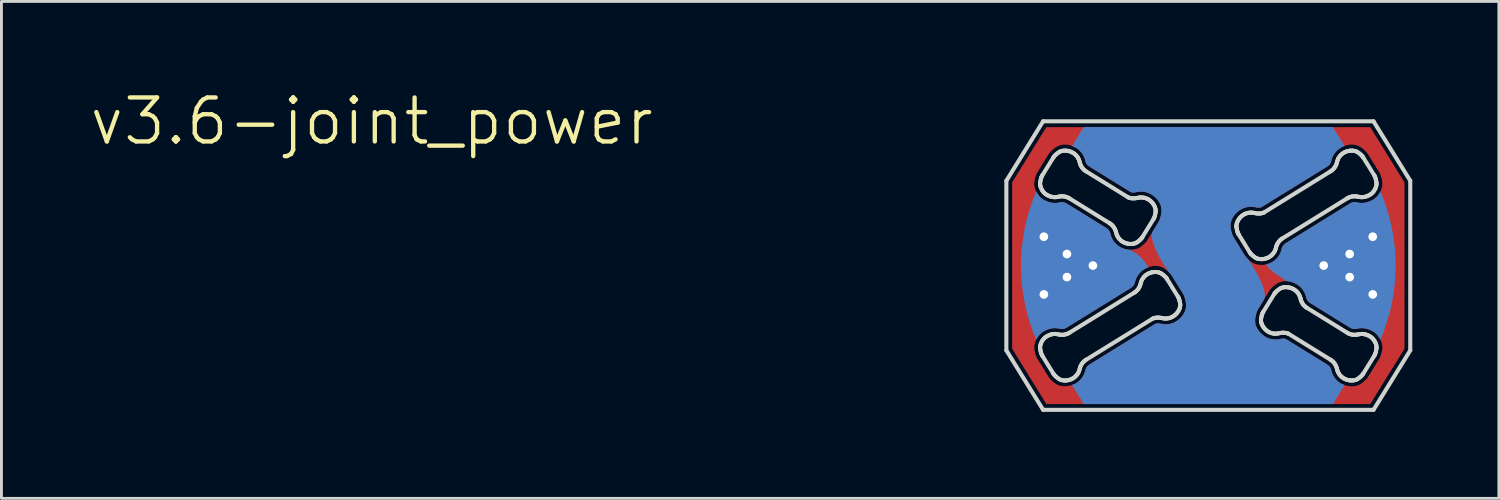
<source format=kicad_pcb>
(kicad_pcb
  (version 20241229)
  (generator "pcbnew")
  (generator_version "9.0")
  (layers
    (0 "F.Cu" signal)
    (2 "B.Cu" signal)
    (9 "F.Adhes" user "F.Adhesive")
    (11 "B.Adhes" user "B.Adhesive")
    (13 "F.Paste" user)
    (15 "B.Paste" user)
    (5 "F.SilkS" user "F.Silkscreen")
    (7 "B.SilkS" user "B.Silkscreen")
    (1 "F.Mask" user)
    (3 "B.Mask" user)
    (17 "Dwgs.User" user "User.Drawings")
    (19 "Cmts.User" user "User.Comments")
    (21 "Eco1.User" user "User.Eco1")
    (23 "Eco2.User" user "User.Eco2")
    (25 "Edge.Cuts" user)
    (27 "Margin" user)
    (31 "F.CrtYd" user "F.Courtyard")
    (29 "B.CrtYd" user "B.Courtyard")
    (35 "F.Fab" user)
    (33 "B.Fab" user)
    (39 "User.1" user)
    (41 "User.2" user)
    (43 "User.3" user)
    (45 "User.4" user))
  (footprint "v3.6-joint_power"
    (layer "F.Cu")
    (at 9.833 1.155)
    (property "Reference" "v3.6-joint_power" (at 0 0 0) (layer "F.SilkS") (effects (font (size 1.524 1.524) (thickness 0.15))))
    (attr through_hole)
    (fp_poly (pts (xy 23.386 0.201) (xy 22.2 2.117) (xy 22.968 2.16) (xy 22.97 2.124) (xy 22.974 2.086) (xy 22.982 2.04) (xy 22.991 1.996) (xy 23.001 1.956) (xy 23.012 1.918) (xy 23.023 1.883) (xy 23.036 1.85) (xy 23.049 1.819) (xy 23.064 1.79) (xy 23.079 1.763) (xy 23.08 1.763) (xy 23.456 1.153) (xy 23.474 1.127) (xy 23.493 1.101) (xy 23.514 1.075) (xy 23.538 1.049) (xy 23.564 1.023) (xy 23.593 0.996) (xy 23.625 0.969) (xy 23.66 0.941) (xy 23.698 0.913) (xy 23.73 0.892) (xy 23.762 0.873) (xy 23.796 0.857) (xy 23.83 0.843) (xy 23.865 0.831) (xy 23.9 0.822) (xy 23.936 0.815) (xy 23.973 0.81) (xy 24.009 0.808) (xy 24.047 0.808) (xy 24.047 0.808) (xy 24.084 0.81) (xy 24.122 0.814) (xy 24.16 0.821) (xy 24.197 0.829) (xy 24.235 0.84) (xy 24.273 0.853) (xy 24.31 0.868) (xy 24.347 0.885) (xy 24.384 0.904) (xy 24.42 0.926) (xy 24.45 0.945) (xy 24.479 0.966) (xy 24.506 0.989) (xy 24.532 1.012) (xy 24.56 1.039) (xy 24.585 1.068) (xy 24.609 1.097) (xy 24.631 1.128) (xy 24.652 1.161) (xy 24.671 1.194) (xy 24.688 1.228) (xy 24.703 1.263) (xy 24.716 1.299) (xy 24.728 1.336) (xy 24.737 1.374) (xy 24.748 1.413) (xy 24.764 1.45) (xy 24.785 1.484) (xy 24.809 1.515) (xy 24.838 1.542) (xy 24.871 1.566) (xy 26.319 2.461) (xy 26.326 2.46) (xy 26.37 2.47) (xy 26.4 2.471) (xy 26.431 2.47) (xy 26.463 2.467) (xy 26.494 2.461) (xy 26.534 2.452) (xy 26.574 2.445) (xy 26.614 2.441) (xy 26.654 2.439) (xy 26.694 2.439) (xy 26.734 2.442) (xy 26.774 2.447) (xy 26.813 2.454) (xy 26.852 2.463) (xy 26.891 2.475) (xy 26.928 2.489) (xy 26.966 2.505) (xy 27.002 2.523) (xy 27.037 2.544) (xy 27.067 2.563) (xy 27.095 2.583) (xy 27.122 2.604) (xy 27.148 2.625) (xy 27.173 2.648) (xy 27.196 2.671) (xy 27.218 2.695) (xy 27.239 2.719) (xy 27.259 2.745) (xy 27.259 2.745) (xy 27.281 2.778) (xy 27.302 2.811) (xy 27.32 2.846) (xy 27.335 2.881) (xy 27.349 2.917) (xy 27.36 2.953) (xy 27.368 2.991) (xy 27.374 3.028) (xy 27.377 3.066) (xy 27.378 3.105) (xy 27.376 3.144) (xy 27.371 3.183) (xy 27.363 3.23) (xy 27.353 3.274) (xy 27.343 3.315) (xy 27.332 3.353) (xy 27.321 3.388) (xy 27.308 3.421) (xy 27.294 3.452) (xy 27.28 3.48) (xy 27.264 3.507) (xy 26.888 4.117) (xy 26.868 4.146) (xy 26.846 4.175) (xy 26.821 4.204) (xy 26.793 4.233) (xy 26.768 4.257) (xy 26.741 4.281) (xy 26.712 4.306) (xy 26.68 4.331) (xy 26.645 4.356) (xy 26.612 4.378) (xy 26.578 4.396) (xy 26.542 4.411) (xy 26.506 4.423) (xy 26.836 5.096) (xy 26.867 5.081) (xy 26.898 5.067) (xy 26.929 5.055) (xy 26.96 5.045) (xy 26.961 5.045) (xy 26.992 5.036) (xy 27.023 5.028) (xy 27.055 5.022) (xy 27.086 5.017) (xy 27.117 5.014) (xy 27.148 5.013) (xy 27.148 5.013) (xy 27.179 5.013) (xy 27.21 5.015) (xy 27.241 5.018) (xy 27.28 5.024) (xy 27.318 5.033) (xy 27.355 5.045) (xy 27.392 5.059) (xy 27.428 5.076) (xy 27.463 5.096) (xy 27.497 5.118) (xy 27.531 5.144) (xy 27.563 5.168) (xy 27.592 5.193) (xy 27.619 5.217) (xy 27.644 5.241) (xy 27.672 5.27) (xy 27.697 5.3) (xy 27.719 5.329) (xy 27.739 5.358) (xy 28.116 5.967) (xy 28.131 5.994) (xy 28.146 6.022) (xy 28.16 6.053) (xy 28.172 6.086) (xy 28.184 6.122) (xy 28.195 6.16) (xy 28.205 6.2) (xy 28.214 6.244) (xy 28.222 6.291) (xy 28.227 6.33) (xy 28.229 6.369) (xy 28.229 6.408) (xy 28.225 6.446) (xy 28.219 6.484) (xy 28.211 6.521) (xy 28.2 6.557) (xy 28.187 6.593) (xy 28.171 6.629) (xy 28.153 6.663) (xy 28.132 6.697) (xy 28.11 6.729) (xy 28.09 6.755) (xy 28.07 6.779) (xy 28.047 6.803) (xy 28.024 6.827) (xy 27.999 6.849) (xy 27.973 6.871) (xy 27.946 6.892) (xy 27.918 6.912) (xy 27.888 6.931) (xy 27.853 6.951) (xy 27.817 6.969) (xy 27.78 6.985) (xy 27.742 6.999) (xy 27.703 7.011) (xy 27.664 7.02) (xy 27.625 7.027) (xy 27.585 7.032) (xy 27.545 7.035) (xy 27.505 7.035) (xy 27.465 7.033) (xy 27.425 7.029) (xy 27.385 7.022) (xy 27.345 7.014) (xy 27.314 7.008) (xy 27.282 7.004) (xy 27.251 7.003) (xy 27.222 7.005) (xy 27.177 7.014) (xy 27.17 7.014) (xy 27.17 7.014) (xy 24.871 8.434) (xy 24.839 8.458) (xy 24.81 8.485) (xy 24.785 8.516) (xy 24.764 8.55) (xy 24.748 8.587) (xy 24.737 8.626) (xy 24.728 8.663) (xy 24.717 8.7) (xy 24.703 8.736) (xy 24.688 8.772) (xy 24.671 8.806) (xy 24.652 8.839) (xy 24.632 8.871) (xy 24.61 8.902) (xy 24.586 8.932) (xy 24.56 8.96) (xy 24.533 8.988) (xy 24.507 9.011) (xy 24.479 9.034) (xy 24.451 9.055) (xy 24.421 9.074) (xy 24.414 9.077) (xy 24.38 9.097) (xy 24.346 9.113) (xy 24.311 9.128) (xy 24.276 9.14) (xy 24.241 9.151) (xy 24.206 9.159) (xy 24.17 9.166) (xy 24.135 9.172) (xy 24.1 9.176) (xy 24.073 9.182) (xy 24.046 9.185) (xy 24.046 9.183) (xy 24.008 9.183) (xy 23.972 9.181) (xy 23.935 9.177) (xy 23.899 9.172) (xy 23.864 9.164) (xy 23.83 9.153) (xy 23.796 9.14) (xy 23.762 9.125) (xy 23.73 9.107) (xy 23.699 9.086) (xy 23.661 9.058) (xy 23.626 9.03) (xy 23.594 9.003) (xy 23.565 8.976) (xy 23.538 8.95) (xy 23.515 8.924) (xy 23.493 8.898) (xy 23.474 8.872) (xy 23.457 8.846) (xy 23.08 8.237) (xy 23.08 8.237) (xy 23.064 8.21) (xy 23.05 8.181) (xy 23.036 8.151) (xy 23.024 8.118) (xy 23.012 8.083) (xy 23.001 8.045) (xy 22.992 8.004) (xy 22.983 7.96) (xy 22.974 7.914) (xy 22.969 7.872) (xy 22.968 7.831) (xy 22.97 7.791) (xy 22.975 7.752) (xy 22.983 7.714) (xy 22.993 7.676) (xy 23.006 7.639) (xy 23.02 7.602) (xy 23.037 7.566) (xy 23.053 7.535) (xy 23.072 7.504) (xy 23.091 7.473) (xy 23.113 7.444) (xy 23.136 7.415) (xy 23.136 7.415) (xy 23.157 7.392) (xy 23.179 7.37) (xy 23.202 7.348) (xy 23.227 7.328) (xy 23.253 7.309) (xy 23.28 7.291) (xy 23.317 7.269) (xy 23.354 7.25) (xy 23.392 7.232) (xy 23.43 7.217) (xy 23.468 7.204) (xy 23.507 7.193) (xy 23.546 7.184) (xy 23.584 7.177) (xy 23.623 7.173) (xy 23.662 7.17) (xy 23.701 7.17) (xy 23.739 7.172) (xy 23.777 7.176) (xy 23.815 7.182) (xy 23.852 7.19) (xy 23.893 7.198) (xy 23.933 7.2) (xy 23.972 7.197) (xy 24.011 7.188) (xy 24.048 7.174) (xy 24.084 7.156) (xy 24.084 7.156) (xy 26.322 5.772) (xy 26.355 5.748) (xy 26.384 5.721) (xy 26.409 5.69) (xy 26.43 5.656) (xy 26.446 5.619) (xy 26.458 5.58) (xy 26.466 5.545) (xy 26.477 5.512) (xy 26.488 5.478) (xy 26.502 5.446) (xy 26.502 5.445) (xy 26.519 5.409) (xy 26.538 5.374) (xy 26.559 5.34) (xy 26.582 5.307) (xy 26.607 5.276) (xy 26.634 5.246) (xy 26.662 5.217) (xy 26.689 5.193) (xy 26.716 5.171) (xy 26.745 5.15) (xy 26.775 5.13) (xy 26.776 5.13) (xy 26.806 5.112) (xy 26.836 5.096) (xy 26.506 4.423) (xy 26.469 4.432) (xy 26.432 4.439) (xy 26.394 4.443) (xy 26.355 4.446) (xy 26.354 4.446) (xy 26.327 4.452) (xy 26.299 4.453) (xy 26.299 4.452) (xy 26.264 4.451) (xy 26.228 4.448) (xy 26.193 4.443) (xy 26.157 4.437) (xy 26.122 4.428) (xy 26.086 4.418) (xy 26.051 4.406) (xy 26.016 4.391) (xy 25.985 4.377) (xy 25.954 4.361) (xy 25.924 4.343) (xy 25.889 4.321) (xy 25.857 4.297) (xy 25.826 4.271) (xy 25.797 4.243) (xy 25.769 4.214) (xy 25.743 4.183) (xy 25.719 4.151) (xy 25.697 4.117) (xy 25.677 4.083) (xy 25.658 4.047) (xy 25.642 4.01) (xy 25.628 3.972) (xy 25.616 3.933) (xy 25.606 3.894) (xy 25.595 3.855) (xy 25.578 3.818) (xy 25.558 3.784) (xy 25.533 3.753) (xy 25.503 3.725) (xy 25.471 3.702) (xy 24.083 2.844) (xy 24.083 2.844) (xy 24.047 2.825) (xy 24.01 2.811) (xy 23.971 2.803) (xy 23.932 2.8) (xy 23.891 2.802) (xy 23.851 2.809) (xy 23.814 2.817) (xy 23.776 2.824) (xy 23.738 2.828) (xy 23.7 2.829) (xy 23.661 2.829) (xy 23.623 2.827) (xy 23.584 2.822) (xy 23.545 2.816) (xy 23.506 2.807) (xy 23.467 2.796) (xy 23.429 2.783) (xy 23.391 2.768) (xy 23.353 2.75) (xy 23.316 2.731) (xy 23.279 2.709) (xy 23.252 2.691) (xy 23.226 2.672) (xy 23.201 2.652) (xy 23.171 2.624) (xy 23.144 2.595) (xy 23.118 2.564) (xy 23.095 2.533) (xy 23.074 2.5) (xy 23.054 2.467) (xy 23.036 2.433) (xy 23.021 2.401) (xy 23.008 2.368) (xy 22.996 2.335) (xy 22.986 2.301) (xy 22.978 2.267) (xy 22.972 2.232) (xy 22.969 2.196) (xy 22.968 2.16) (xy 22.2 2.117) (xy 22.2 7.883) (xy 23.386 9.8) (xy 34.615 9.8) (xy 35.8 7.883) (xy 35.031 7.873) (xy 35.026 7.915) (xy 35.018 7.962) (xy 35.009 8.005) (xy 34.999 8.046) (xy 34.988 8.084) (xy 34.977 8.119) (xy 34.964 8.152) (xy 34.951 8.182) (xy 34.936 8.211) (xy 34.921 8.238) (xy 34.92 8.238) (xy 34.544 8.848) (xy 34.527 8.874) (xy 34.508 8.9) (xy 34.486 8.926) (xy 34.462 8.952) (xy 34.436 8.978) (xy 34.407 9.005) (xy 34.375 9.032) (xy 34.34 9.06) (xy 34.302 9.088) (xy 34.267 9.111) (xy 34.23 9.13) (xy 34.193 9.146) (xy 34.155 9.159) (xy 34.116 9.17) (xy 34.077 9.177) (xy 34.037 9.182) (xy 33.996 9.184) (xy 33.955 9.184) (xy 33.955 9.186) (xy 33.929 9.184) (xy 33.904 9.178) (xy 33.869 9.175) (xy 33.833 9.169) (xy 33.797 9.162) (xy 33.762 9.154) (xy 33.726 9.143) (xy 33.691 9.131) (xy 33.656 9.116) (xy 33.621 9.099) (xy 33.587 9.08) (xy 33.58 9.076) (xy 33.55 9.057) (xy 33.521 9.036) (xy 33.494 9.013) (xy 33.468 8.99) (xy 33.441 8.963) (xy 33.415 8.934) (xy 33.391 8.904) (xy 33.369 8.873) (xy 33.348 8.841) (xy 33.329 8.808) (xy 33.312 8.774) (xy 33.297 8.739) (xy 33.284 8.702) (xy 33.273 8.666) (xy 33.264 8.628) (xy 33.264 8.627) (xy 33.253 8.588) (xy 33.237 8.552) (xy 33.216 8.518) (xy 33.191 8.487) (xy 33.162 8.46) (xy 33.129 8.436) (xy 31.681 7.541) (xy 31.681 7.541) (xy 31.674 7.541) (xy 31.63 7.532) (xy 31.6 7.531) (xy 31.569 7.532) (xy 31.537 7.535) (xy 31.506 7.541) (xy 31.467 7.55) (xy 31.427 7.557) (xy 31.387 7.561) (xy 31.347 7.563) (xy 31.307 7.563) (xy 31.267 7.56) (xy 31.227 7.555) (xy 31.187 7.548) (xy 31.148 7.539) (xy 31.11 7.527) (xy 31.072 7.514) (xy 31.035 7.498) (xy 30.999 7.479) (xy 30.963 7.459) (xy 30.934 7.44) (xy 30.906 7.42) (xy 30.879 7.399) (xy 30.853 7.377) (xy 30.828 7.355) (xy 30.804 7.331) (xy 30.782 7.307) (xy 30.761 7.283) (xy 30.742 7.257) (xy 30.719 7.225) (xy 30.699 7.191) (xy 30.681 7.157) (xy 30.665 7.122) (xy 30.652 7.086) (xy 30.641 7.049) (xy 30.632 7.012) (xy 30.626 6.974) (xy 30.623 6.936) (xy 30.623 6.897) (xy 30.625 6.858) (xy 30.63 6.819) (xy 30.638 6.772) (xy 30.647 6.728) (xy 30.657 6.688) (xy 30.668 6.65) (xy 30.679 6.614) (xy 30.692 6.581) (xy 30.706 6.551) (xy 30.72 6.522) (xy 30.736 6.495) (xy 31.112 5.885) (xy 31.132 5.856) (xy 31.154 5.827) (xy 31.179 5.798) (xy 31.207 5.768) (xy 31.232 5.744) (xy 31.259 5.72) (xy 31.289 5.696) (xy 31.321 5.671) (xy 31.355 5.646) (xy 31.381 5.628) (xy 31.408 5.612) (xy 31.436 5.598) (xy 31.464 5.585) (xy 31.165 4.903) (xy 31.134 4.917) (xy 31.134 4.917) (xy 31.109 4.926) (xy 31.072 4.939) (xy 31.035 4.951) (xy 30.998 4.96) (xy 30.961 4.967) (xy 30.924 4.973) (xy 30.887 4.976) (xy 30.851 4.978) (xy 30.824 4.977) (xy 30.798 4.972) (xy 30.759 4.969) (xy 30.72 4.964) (xy 30.682 4.958) (xy 30.645 4.948) (xy 30.608 4.936) (xy 30.573 4.922) (xy 30.538 4.903) (xy 30.504 4.881) (xy 30.47 4.856) (xy 30.438 4.831) (xy 30.408 4.806) (xy 30.381 4.782) (xy 30.356 4.758) (xy 30.328 4.729) (xy 30.303 4.7) (xy 30.281 4.671) (xy 30.262 4.642) (xy 29.886 4.032) (xy 29.87 4.005) (xy 29.855 3.977) (xy 29.842 3.946) (xy 29.829 3.913) (xy 29.817 3.878) (xy 29.806 3.84) (xy 29.796 3.799) (xy 29.787 3.755) (xy 29.779 3.708) (xy 29.774 3.669) (xy 29.771 3.63) (xy 29.772 3.591) (xy 29.775 3.553) (xy 29.781 3.515) (xy 29.79 3.478) (xy 29.801 3.441) (xy 29.814 3.405) (xy 29.83 3.37) (xy 29.848 3.336) (xy 29.868 3.302) (xy 29.891 3.27) (xy 29.91 3.244) (xy 29.931 3.22) (xy 29.953 3.196) (xy 29.977 3.172) (xy 30.001 3.15) (xy 30.027 3.128) (xy 30.055 3.107) (xy 30.083 3.087) (xy 30.112 3.068) (xy 30.148 3.048) (xy 30.184 3.029) (xy 30.221 3.013) (xy 30.259 2.999) (xy 30.297 2.988) (xy 30.336 2.978) (xy 30.376 2.971) (xy 30.416 2.966) (xy 30.456 2.964) (xy 30.496 2.963) (xy 30.536 2.965) (xy 30.576 2.97) (xy 30.616 2.976) (xy 30.655 2.985) (xy 30.686 2.992) (xy 30.718 2.995) (xy 30.75 2.996) (xy 30.779 2.995) (xy 30.824 2.986) (xy 30.83 2.985) (xy 30.831 2.985) (xy 33.129 1.565) (xy 33.162 1.541) (xy 33.191 1.514) (xy 33.216 1.483) (xy 33.237 1.449) (xy 33.253 1.412) (xy 33.264 1.373) (xy 33.273 1.335) (xy 33.284 1.298) (xy 33.297 1.262) (xy 33.312 1.227) (xy 33.329 1.193) (xy 33.348 1.16) (xy 33.369 1.128) (xy 33.391 1.097) (xy 33.415 1.067) (xy 33.441 1.038) (xy 33.468 1.011) (xy 33.494 0.988) (xy 33.521 0.965) (xy 33.55 0.944) (xy 33.58 0.924) (xy 33.616 0.903) (xy 33.653 0.884) (xy 33.69 0.867) (xy 33.727 0.852) (xy 33.765 0.839) (xy 33.802 0.828) (xy 33.84 0.82) (xy 33.878 0.813) (xy 33.915 0.809) (xy 33.953 0.807) (xy 33.953 0.807) (xy 33.99 0.807) (xy 34.027 0.81) (xy 34.064 0.814) (xy 34.1 0.821) (xy 34.135 0.83) (xy 34.17 0.842) (xy 34.204 0.856) (xy 34.238 0.872) (xy 34.27 0.891) (xy 34.302 0.912) (xy 34.34 0.94) (xy 34.375 0.968) (xy 34.407 0.995) (xy 34.436 1.022) (xy 34.462 1.048) (xy 34.486 1.074) (xy 34.507 1.1) (xy 34.527 1.126) (xy 34.544 1.152) (xy 34.92 1.762) (xy 34.921 1.762) (xy 34.936 1.789) (xy 34.951 1.818) (xy 34.964 1.848) (xy 34.977 1.881) (xy 34.988 1.916) (xy 34.999 1.954) (xy 35.009 1.994) (xy 35.018 2.038) (xy 35.026 2.085) (xy 35.026 2.086) (xy 35.026 2.086) (xy 35.026 2.087) (xy 35.026 2.089) (xy 35.029 2.122) (xy 35.03 2.154) (xy 35.032 2.178) (xy 35.032 2.18) (xy 35.029 2.218) (xy 35.024 2.255) (xy 35.016 2.292) (xy 35.006 2.328) (xy 34.993 2.363) (xy 34.979 2.398) (xy 34.963 2.432) (xy 34.946 2.466) (xy 34.926 2.5) (xy 34.905 2.532) (xy 34.881 2.564) (xy 34.856 2.594) (xy 34.828 2.623) (xy 34.798 2.65) (xy 34.774 2.671) (xy 34.748 2.69) (xy 34.72 2.708) (xy 34.684 2.73) (xy 34.647 2.749) (xy 34.609 2.766) (xy 34.571 2.782) (xy 34.532 2.795) (xy 34.494 2.806) (xy 34.455 2.815) (xy 34.416 2.821) (xy 34.377 2.826) (xy 34.338 2.829) (xy 34.3 2.829) (xy 34.261 2.827) (xy 34.223 2.823) (xy 34.186 2.817) (xy 34.148 2.809) (xy 34.11 2.802) (xy 34.072 2.8) (xy 34.034 2.803) (xy 34.028 2.802) (xy 33.99 2.811) (xy 33.952 2.825) (xy 33.917 2.843) (xy 33.916 2.843) (xy 31.678 4.227) (xy 31.678 4.227) (xy 31.645 4.251) (xy 31.616 4.278) (xy 31.591 4.309) (xy 31.575 4.334) (xy 31.562 4.361) (xy 31.551 4.389) (xy 31.543 4.419) (xy 31.534 4.453) (xy 31.524 4.488) (xy 31.512 4.521) (xy 31.499 4.554) (xy 31.484 4.586) (xy 31.467 4.617) (xy 31.449 4.647) (xy 31.43 4.676) (xy 31.409 4.704) (xy 31.387 4.731) (xy 31.363 4.757) (xy 31.338 4.782) (xy 31.312 4.806) (xy 31.284 4.828) (xy 31.255 4.849) (xy 31.225 4.869) (xy 31.225 4.869) (xy 31.195 4.887) (xy 31.165 4.903) (xy 31.464 5.585) (xy 31.492 5.574) (xy 31.521 5.565) (xy 31.551 5.557) (xy 31.581 5.55) (xy 31.611 5.545) (xy 31.642 5.542) (xy 31.672 5.54) (xy 31.703 5.54) (xy 31.703 5.54) (xy 31.735 5.542) (xy 31.766 5.545) (xy 31.797 5.55) (xy 31.828 5.556) (xy 31.86 5.563) (xy 31.891 5.572) (xy 31.922 5.583) (xy 31.953 5.595) (xy 31.984 5.608) (xy 32.015 5.623) (xy 32.045 5.64) (xy 32.076 5.658) (xy 32.076 5.658) (xy 32.106 5.677) (xy 32.135 5.698) (xy 32.162 5.721) (xy 32.189 5.744) (xy 32.214 5.769) (xy 32.237 5.795) (xy 32.26 5.823) (xy 32.281 5.851) (xy 32.3 5.88) (xy 32.318 5.91) (xy 32.335 5.941) (xy 32.35 5.973) (xy 32.363 6.006) (xy 32.375 6.039) (xy 32.385 6.073) (xy 32.394 6.108) (xy 32.405 6.147) (xy 32.421 6.184) (xy 32.442 6.218) (xy 32.467 6.248) (xy 32.496 6.275) (xy 32.529 6.299) (xy 33.916 7.157) (xy 33.952 7.176) (xy 33.989 7.19) (xy 34.028 7.198) (xy 34.068 7.201) (xy 34.108 7.199) (xy 34.148 7.192) (xy 34.186 7.183) (xy 34.223 7.177) (xy 34.261 7.173) (xy 34.3 7.172) (xy 34.338 7.172) (xy 34.377 7.174) (xy 34.416 7.179) (xy 34.455 7.186) (xy 34.494 7.195) (xy 34.532 7.206) (xy 34.571 7.219) (xy 34.609 7.234) (xy 34.647 7.251) (xy 34.684 7.271) (xy 34.72 7.292) (xy 34.748 7.31) (xy 34.774 7.33) (xy 34.798 7.35) (xy 34.822 7.371) (xy 34.844 7.393) (xy 34.865 7.416) (xy 34.865 7.417) (xy 34.888 7.445) (xy 34.909 7.475) (xy 34.929 7.505) (xy 34.947 7.536) (xy 34.964 7.568) (xy 34.98 7.604) (xy 34.995 7.64) (xy 35.008 7.677) (xy 35.018 7.715) (xy 35.026 7.753) (xy 35.031 7.793) (xy 35.033 7.832) (xy 35.031 7.873) (xy 35.8 7.883) (xy 35.8 2.117) (xy 34.615 0.201) (xy 23.386 0.201)) (stroke (width 0.000001) (type solid)) (fill yes) (layer "F.Cu"))
    (fp_poly (pts (xy 23.037 2.433) (xy 22.973 2.588) (xy 22.913 2.743) (xy 22.857 2.9) (xy 22.806 3.058) (xy 22.758 3.216) (xy 22.715 3.376) (xy 22.675 3.536) (xy 22.64 3.697) (xy 22.609 3.859) (xy 22.582 4.021) (xy 22.559 4.184) (xy 22.541 4.347) (xy 22.526 4.51) (xy 22.516 4.674) (xy 22.51 4.838) (xy 22.508 5.002) (xy 22.51 5.166) (xy 22.516 5.33) (xy 22.526 5.493) (xy 22.54 5.657) (xy 22.559 5.82) (xy 22.582 5.983) (xy 22.608 6.145) (xy 22.639 6.307) (xy 22.675 6.468) (xy 22.714 6.628) (xy 22.757 6.788) (xy 22.805 6.946) (xy 22.856 7.104) (xy 22.912 7.261) (xy 22.972 7.416) (xy 23.036 7.571) (xy 23.037 7.568) (xy 23.043 7.558) (xy 23.061 7.526) (xy 23.08 7.494) (xy 23.102 7.464) (xy 23.125 7.434) (xy 23.148 7.405) (xy 23.173 7.377) (xy 23.2 7.351) (xy 23.225 7.33) (xy 23.252 7.31) (xy 23.28 7.292) (xy 23.317 7.27) (xy 23.354 7.251) (xy 23.392 7.234) (xy 23.43 7.218) (xy 23.468 7.205) (xy 23.507 7.194) (xy 23.545 7.186) (xy 23.584 7.179) (xy 23.623 7.174) (xy 23.662 7.172) (xy 23.701 7.171) (xy 23.739 7.173) (xy 23.777 7.177) (xy 23.815 7.183) (xy 23.852 7.192) (xy 23.892 7.199) (xy 23.933 7.201) (xy 23.972 7.198) (xy 24.011 7.19) (xy 24.048 7.176) (xy 24.084 7.157) (xy 26.322 5.773) (xy 26.355 5.75) (xy 26.384 5.723) (xy 26.409 5.692) (xy 26.43 5.658) (xy 26.446 5.621) (xy 26.458 5.582) (xy 26.468 5.542) (xy 26.48 5.503) (xy 26.494 5.465) (xy 26.51 5.429) (xy 26.528 5.393) (xy 26.548 5.358) (xy 26.571 5.325) (xy 26.595 5.292) (xy 26.62 5.262) (xy 26.648 5.232) (xy 26.677 5.204) (xy 26.708 5.178) (xy 26.741 5.154) (xy 26.775 5.131) (xy 26.804 5.115) (xy 26.834 5.1) (xy 26.864 5.086) (xy 26.894 5.074) (xy 26.924 5.063) (xy 26.907 5.035) (xy 26.888 5.006) (xy 26.869 4.976) (xy 26.848 4.945) (xy 26.826 4.914) (xy 26.803 4.882) (xy 26.779 4.851) (xy 26.753 4.819) (xy 26.727 4.788) (xy 26.699 4.756) (xy 26.67 4.726) (xy 26.64 4.696) (xy 26.609 4.667) (xy 26.577 4.639) (xy 26.544 4.612) (xy 26.509 4.587) (xy 26.473 4.563) (xy 26.436 4.541) (xy 26.401 4.521) (xy 26.371 4.502) (xy 26.344 4.485) (xy 26.32 4.468) (xy 26.297 4.452) (xy 26.259 4.45) (xy 26.222 4.447) (xy 26.184 4.441) (xy 26.147 4.434) (xy 26.109 4.424) (xy 26.071 4.413) (xy 26.034 4.399) (xy 25.997 4.383) (xy 25.96 4.364) (xy 25.924 4.343) (xy 25.89 4.321) (xy 25.857 4.297) (xy 25.826 4.271) (xy 25.797 4.243) (xy 25.769 4.214) (xy 25.744 4.183) (xy 25.72 4.151) (xy 25.697 4.117) (xy 25.677 4.083) (xy 25.659 4.047) (xy 25.643 4.01) (xy 25.629 3.972) (xy 25.617 3.933) (xy 25.607 3.894) (xy 25.595 3.855) (xy 25.579 3.818) (xy 25.558 3.784) (xy 25.533 3.753) (xy 25.504 3.725) (xy 25.471 3.702) (xy 24.083 2.844) (xy 24.048 2.825) (xy 24.01 2.811) (xy 23.972 2.803) (xy 23.932 2.8) (xy 23.892 2.802) (xy 23.852 2.809) (xy 23.815 2.817) (xy 23.777 2.824) (xy 23.739 2.828) (xy 23.701 2.829) (xy 23.662 2.829) (xy 23.623 2.827) (xy 23.584 2.822) (xy 23.545 2.816) (xy 23.507 2.807) (xy 23.468 2.796) (xy 23.429 2.783) (xy 23.391 2.768) (xy 23.354 2.75) (xy 23.316 2.731) (xy 23.28 2.709) (xy 23.251 2.691) (xy 23.225 2.671) (xy 23.2 2.649) (xy 23.193 2.643) (xy 23.169 2.619) (xy 23.146 2.594) (xy 23.124 2.567) (xy 23.1 2.536) (xy 23.078 2.504) (xy 23.058 2.471) (xy 23.04 2.438) (xy 23.037 2.433) (xy 23.037 2.433)) (stroke (width 0.000001) (type solid)) (fill yes) (layer "B.Cu"))
    (fp_poly (pts (xy 34.965 2.429) (xy 34.963 2.433) (xy 34.948 2.462) (xy 34.932 2.49) (xy 34.914 2.517) (xy 34.894 2.544) (xy 34.874 2.57) (xy 34.855 2.593) (xy 34.835 2.615) (xy 34.813 2.636) (xy 34.8 2.65) (xy 34.8 2.649) (xy 34.775 2.67) (xy 34.748 2.69) (xy 34.72 2.708) (xy 34.684 2.73) (xy 34.647 2.749) (xy 34.609 2.766) (xy 34.571 2.782) (xy 34.532 2.795) (xy 34.494 2.806) (xy 34.455 2.815) (xy 34.416 2.821) (xy 34.377 2.826) (xy 34.338 2.829) (xy 34.3 2.829) (xy 34.261 2.827) (xy 34.223 2.823) (xy 34.185 2.817) (xy 34.148 2.809) (xy 34.108 2.801) (xy 34.068 2.799) (xy 34.028 2.802) (xy 33.99 2.811) (xy 33.952 2.824) (xy 33.917 2.843) (xy 33.916 2.843) (xy 31.678 4.227) (xy 31.645 4.251) (xy 31.616 4.278) (xy 31.591 4.309) (xy 31.57 4.343) (xy 31.554 4.379) (xy 31.543 4.419) (xy 31.533 4.458) (xy 31.521 4.497) (xy 31.507 4.535) (xy 31.491 4.572) (xy 31.472 4.608) (xy 31.452 4.642) (xy 31.43 4.676) (xy 31.406 4.708) (xy 31.38 4.739) (xy 31.353 4.768) (xy 31.323 4.796) (xy 31.292 4.822) (xy 31.26 4.846) (xy 31.225 4.869) (xy 31.19 4.889) (xy 31.154 4.906) (xy 31.118 4.922) (xy 31.082 4.934) (xy 31.045 4.945) (xy 31.008 4.955) (xy 31.017 4.974) (xy 31.028 4.995) (xy 31.042 5.016) (xy 31.058 5.038) (xy 31.076 5.062) (xy 31.097 5.086) (xy 31.12 5.111) (xy 31.147 5.138) (xy 31.178 5.165) (xy 31.212 5.194) (xy 31.249 5.223) (xy 31.291 5.254) (xy 31.336 5.286) (xy 31.386 5.319) (xy 31.43 5.347) (xy 31.47 5.373) (xy 31.507 5.398) (xy 31.541 5.422) (xy 31.573 5.444) (xy 31.603 5.465) (xy 31.63 5.486) (xy 31.655 5.505) (xy 31.678 5.523) (xy 31.7 5.54) (xy 31.738 5.542) (xy 31.776 5.546) (xy 31.814 5.553) (xy 31.852 5.561) (xy 31.89 5.572) (xy 31.927 5.585) (xy 31.965 5.6) (xy 32.002 5.617) (xy 32.04 5.636) (xy 32.076 5.658) (xy 32.11 5.68) (xy 32.143 5.704) (xy 32.174 5.73) (xy 32.203 5.758) (xy 32.231 5.787) (xy 32.257 5.818) (xy 32.281 5.85) (xy 32.303 5.884) (xy 32.323 5.919) (xy 32.342 5.954) (xy 32.358 5.991) (xy 32.372 6.029) (xy 32.384 6.068) (xy 32.394 6.108) (xy 32.405 6.147) (xy 32.421 6.184) (xy 32.442 6.218) (xy 32.467 6.248) (xy 32.496 6.275) (xy 32.529 6.299) (xy 33.916 7.157) (xy 33.952 7.176) (xy 33.989 7.19) (xy 34.028 7.198) (xy 34.068 7.201) (xy 34.108 7.199) (xy 34.148 7.192) (xy 34.186 7.183) (xy 34.223 7.177) (xy 34.261 7.173) (xy 34.3 7.172) (xy 34.338 7.172) (xy 34.377 7.174) (xy 34.416 7.179) (xy 34.455 7.186) (xy 34.494 7.195) (xy 34.532 7.206) (xy 34.571 7.219) (xy 34.609 7.234) (xy 34.647 7.251) (xy 34.684 7.271) (xy 34.72 7.292) (xy 34.749 7.311) (xy 34.775 7.33) (xy 34.8 7.351) (xy 34.807 7.358) (xy 34.831 7.382) (xy 34.854 7.407) (xy 34.876 7.434) (xy 34.898 7.463) (xy 34.918 7.492) (xy 34.937 7.522) (xy 34.954 7.554) (xy 34.964 7.567) (xy 35.028 7.413) (xy 35.088 7.258) (xy 35.144 7.101) (xy 35.195 6.943) (xy 35.243 6.784) (xy 35.286 6.625) (xy 35.326 6.465) (xy 35.361 6.303) (xy 35.392 6.142) (xy 35.419 5.979) (xy 35.442 5.817) (xy 35.46 5.654) (xy 35.475 5.49) (xy 35.485 5.326) (xy 35.491 5.162) (xy 35.494 4.999) (xy 35.492 4.835) (xy 35.485 4.671) (xy 35.475 4.507) (xy 35.461 4.343) (xy 35.442 4.18) (xy 35.419 4.018) (xy 35.392 3.855) (xy 35.361 3.694) (xy 35.326 3.532) (xy 35.287 3.372) (xy 35.244 3.212) (xy 35.196 3.054) (xy 35.145 2.896) (xy 35.089 2.739) (xy 35.029 2.584) (xy 34.965 2.429) (xy 34.965 2.429)) (stroke (width 0.000001) (type solid)) (fill yes) (layer "B.Cu"))
    (fp_poly (pts (xy 24.682 0.199) (xy 24.276 0.856) (xy 24.3 0.868) (xy 24.299 0.868) (xy 24.33 0.881) (xy 24.36 0.893) (xy 24.39 0.907) (xy 24.42 0.924) (xy 24.454 0.946) (xy 24.487 0.971) (xy 24.518 0.997) (xy 24.547 1.024) (xy 24.574 1.053) (xy 24.6 1.084) (xy 24.624 1.116) (xy 24.646 1.149) (xy 24.667 1.184) (xy 24.685 1.22) (xy 24.701 1.256) (xy 24.715 1.294) (xy 24.727 1.333) (xy 24.737 1.373) (xy 24.748 1.412) (xy 24.764 1.448) (xy 24.785 1.482) (xy 24.809 1.513) (xy 24.838 1.541) (xy 24.871 1.564) (xy 26.319 2.459) (xy 26.326 2.459) (xy 26.37 2.468) (xy 26.4 2.469) (xy 26.431 2.469) (xy 26.463 2.465) (xy 26.494 2.459) (xy 26.534 2.45) (xy 26.574 2.444) (xy 26.614 2.439) (xy 26.654 2.437) (xy 26.694 2.438) (xy 26.734 2.44) (xy 26.774 2.445) (xy 26.813 2.452) (xy 26.852 2.462) (xy 26.891 2.473) (xy 26.928 2.487) (xy 26.966 2.503) (xy 27.002 2.522) (xy 27.037 2.542) (xy 27.065 2.561) (xy 27.092 2.582) (xy 27.117 2.603) (xy 27.141 2.625) (xy 27.144 2.627) (xy 27.175 2.655) (xy 27.203 2.684) (xy 27.23 2.714) (xy 27.255 2.745) (xy 27.278 2.777) (xy 27.298 2.81) (xy 27.317 2.843) (xy 27.333 2.878) (xy 27.346 2.913) (xy 27.358 2.949) (xy 27.366 2.986) (xy 27.373 3.023) (xy 27.373 3.03) (xy 27.376 3.067) (xy 27.377 3.105) (xy 27.376 3.143) (xy 27.371 3.182) (xy 27.363 3.229) (xy 27.353 3.272) (xy 27.343 3.313) (xy 27.332 3.351) (xy 27.321 3.386) (xy 27.308 3.419) (xy 27.294 3.45) (xy 27.279 3.478) (xy 27.264 3.505) (xy 27.264 3.506) (xy 27.076 3.81) (xy 27.064 3.833) (xy 27.055 3.858) (xy 27.048 3.885) (xy 27.044 3.914) (xy 27.041 3.945) (xy 27.042 3.978) (xy 27.044 4.013) (xy 27.049 4.05) (xy 27.055 4.088) (xy 27.064 4.127) (xy 27.074 4.168) (xy 27.086 4.21) (xy 27.1 4.253) (xy 27.116 4.298) (xy 27.133 4.343) (xy 27.152 4.389) (xy 27.172 4.436) (xy 27.193 4.484) (xy 27.216 4.532) (xy 27.24 4.581) (xy 27.264 4.63) (xy 27.29 4.679) (xy 27.317 4.729) (xy 27.345 4.779) (xy 27.373 4.828) (xy 27.403 4.878) (xy 27.432 4.927) (xy 27.463 4.976) (xy 27.494 5.025) (xy 27.525 5.073) (xy 27.556 5.12) (xy 27.588 5.167) (xy 27.627 5.227) (xy 27.654 5.253) (xy 27.679 5.28) (xy 27.701 5.306) (xy 27.721 5.332) (xy 27.739 5.358) (xy 28.116 5.967) (xy 28.131 5.994) (xy 28.146 6.022) (xy 28.16 6.053) (xy 28.172 6.086) (xy 28.184 6.122) (xy 28.195 6.16) (xy 28.205 6.2) (xy 28.214 6.244) (xy 28.222 6.291) (xy 28.227 6.329) (xy 28.228 6.367) (xy 28.227 6.405) (xy 28.224 6.443) (xy 28.224 6.449) (xy 28.218 6.486) (xy 28.209 6.523) (xy 28.197 6.56) (xy 28.184 6.595) (xy 28.167 6.63) (xy 28.149 6.664) (xy 28.128 6.697) (xy 28.105 6.729) (xy 28.08 6.76) (xy 28.053 6.79) (xy 28.024 6.82) (xy 27.993 6.848) (xy 27.993 6.848) (xy 27.968 6.87) (xy 27.943 6.891) (xy 27.916 6.912) (xy 27.888 6.931) (xy 27.853 6.952) (xy 27.817 6.97) (xy 27.78 6.986) (xy 27.742 7) (xy 27.703 7.011) (xy 27.664 7.021) (xy 27.625 7.028) (xy 27.585 7.033) (xy 27.545 7.036) (xy 27.505 7.036) (xy 27.465 7.034) (xy 27.425 7.03) (xy 27.385 7.023) (xy 27.345 7.014) (xy 27.314 7.008) (xy 27.282 7.005) (xy 27.251 7.004) (xy 27.222 7.005) (xy 27.177 7.015) (xy 27.17 7.014) (xy 27.17 7.014) (xy 24.871 8.435) (xy 24.839 8.458) (xy 24.81 8.486) (xy 24.785 8.517) (xy 24.764 8.551) (xy 24.748 8.587) (xy 24.737 8.626) (xy 24.727 8.666) (xy 24.715 8.704) (xy 24.701 8.742) (xy 24.685 8.779) (xy 24.667 8.815) (xy 24.647 8.849) (xy 24.625 8.883) (xy 24.601 8.915) (xy 24.575 8.945) (xy 24.547 8.975) (xy 24.518 9.002) (xy 24.487 9.028) (xy 24.455 9.052) (xy 24.421 9.075) (xy 24.39 9.092) (xy 24.359 9.106) (xy 24.327 9.117) (xy 24.295 9.126) (xy 24.299 9.131) (xy 24.275 9.143) (xy 24.682 9.8) (xy 33.318 9.8) (xy 33.725 9.143) (xy 33.701 9.131) (xy 33.705 9.127) (xy 33.673 9.117) (xy 33.642 9.106) (xy 33.61 9.093) (xy 33.58 9.076) (xy 33.546 9.053) (xy 33.513 9.029) (xy 33.482 9.003) (xy 33.453 8.976) (xy 33.426 8.946) (xy 33.4 8.916) (xy 33.376 8.884) (xy 33.354 8.85) (xy 33.334 8.816) (xy 33.315 8.78) (xy 33.299 8.743) (xy 33.285 8.705) (xy 33.273 8.667) (xy 33.264 8.627) (xy 33.264 8.627) (xy 33.252 8.588) (xy 33.236 8.551) (xy 33.216 8.517) (xy 33.191 8.487) (xy 33.162 8.459) (xy 33.129 8.436) (xy 31.681 7.541) (xy 31.681 7.541) (xy 31.674 7.54) (xy 31.63 7.531) (xy 31.6 7.53) (xy 31.569 7.531) (xy 31.537 7.534) (xy 31.506 7.541) (xy 31.467 7.55) (xy 31.427 7.556) (xy 31.387 7.56) (xy 31.347 7.563) (xy 31.307 7.562) (xy 31.267 7.56) (xy 31.227 7.555) (xy 31.187 7.548) (xy 31.148 7.538) (xy 31.11 7.527) (xy 31.072 7.513) (xy 31.035 7.497) (xy 30.999 7.479) (xy 30.963 7.458) (xy 30.935 7.439) (xy 30.909 7.418) (xy 30.884 7.396) (xy 30.859 7.374) (xy 30.828 7.346) (xy 30.799 7.317) (xy 30.772 7.287) (xy 30.747 7.256) (xy 30.724 7.224) (xy 30.703 7.191) (xy 30.685 7.157) (xy 30.668 7.123) (xy 30.654 7.087) (xy 30.643 7.051) (xy 30.634 7.014) (xy 30.628 6.977) (xy 30.627 6.965) (xy 30.624 6.929) (xy 30.624 6.892) (xy 30.625 6.855) (xy 30.63 6.818) (xy 30.637 6.776) (xy 30.645 6.736) (xy 30.654 6.699) (xy 30.663 6.664) (xy 30.674 6.631) (xy 30.674 6.631) (xy 30.687 6.593) (xy 30.702 6.557) (xy 30.719 6.525) (xy 30.736 6.494) (xy 30.736 6.494) (xy 30.924 6.189) (xy 30.924 6.189) (xy 30.936 6.166) (xy 30.946 6.141) (xy 30.952 6.114) (xy 30.957 6.085) (xy 30.959 6.053) (xy 30.959 6.02) (xy 30.956 5.986) (xy 30.952 5.949) (xy 30.945 5.911) (xy 30.937 5.872) (xy 30.926 5.831) (xy 30.914 5.789) (xy 30.9 5.746) (xy 30.885 5.701) (xy 30.868 5.656) (xy 30.849 5.61) (xy 30.829 5.563) (xy 30.808 5.515) (xy 30.785 5.467) (xy 30.761 5.418) (xy 30.736 5.369) (xy 30.711 5.32) (xy 30.684 5.271) (xy 30.656 5.221) (xy 30.628 5.171) (xy 30.598 5.122) (xy 30.569 5.072) (xy 30.538 5.023) (xy 30.508 4.975) (xy 30.476 4.927) (xy 30.445 4.879) (xy 30.413 4.832) (xy 30.375 4.774) (xy 30.348 4.748) (xy 30.323 4.721) (xy 30.3 4.695) (xy 30.279 4.668) (xy 30.262 4.642) (xy 29.886 4.031) (xy 29.868 4.001) (xy 29.852 3.968) (xy 29.837 3.932) (xy 29.823 3.894) (xy 29.813 3.861) (xy 29.803 3.826) (xy 29.794 3.789) (xy 29.786 3.749) (xy 29.779 3.707) (xy 29.774 3.669) (xy 29.772 3.631) (xy 29.773 3.593) (xy 29.776 3.555) (xy 29.777 3.55) (xy 29.783 3.512) (xy 29.792 3.475) (xy 29.803 3.439) (xy 29.817 3.403) (xy 29.833 3.368) (xy 29.852 3.335) (xy 29.873 3.301) (xy 29.896 3.269) (xy 29.921 3.238) (xy 29.948 3.208) (xy 29.977 3.179) (xy 30.007 3.151) (xy 30.008 3.15) (xy 30.033 3.128) (xy 30.058 3.107) (xy 30.084 3.086) (xy 30.112 3.067) (xy 30.148 3.047) (xy 30.184 3.028) (xy 30.221 3.012) (xy 30.259 2.998) (xy 30.297 2.987) (xy 30.336 2.977) (xy 30.376 2.97) (xy 30.415 2.965) (xy 30.455 2.963) (xy 30.496 2.962) (xy 30.536 2.964) (xy 30.576 2.969) (xy 30.616 2.975) (xy 30.655 2.984) (xy 30.686 2.99) (xy 30.718 2.994) (xy 30.75 2.995) (xy 30.779 2.993) (xy 30.824 2.984) (xy 30.83 2.984) (xy 30.831 2.984) (xy 33.129 1.564) (xy 33.162 1.54) (xy 33.191 1.513) (xy 33.216 1.482) (xy 33.236 1.448) (xy 33.252 1.411) (xy 33.264 1.372) (xy 33.273 1.333) (xy 33.285 1.294) (xy 33.299 1.256) (xy 33.315 1.219) (xy 33.334 1.184) (xy 33.354 1.149) (xy 33.376 1.116) (xy 33.4 1.084) (xy 33.426 1.053) (xy 33.453 1.024) (xy 33.482 0.996) (xy 33.513 0.97) (xy 33.546 0.946) (xy 33.58 0.923) (xy 33.608 0.907) (xy 33.637 0.893) (xy 33.667 0.88) (xy 33.696 0.868) (xy 33.726 0.856) (xy 33.318 0.199) (xy 24.682 0.199)) (stroke (width 0.000001) (type solid)) (fill yes) (layer "B.Cu"))
    (fp_poly (pts (xy 25.147 0.691) (xy 25.107 0.693) (xy 25.067 0.697) (xy 25.027 0.702) (xy 24.987 0.708) (xy 24.948 0.716) (xy 24.909 0.726) (xy 24.87 0.738) (xy 24.832 0.751) (xy 24.795 0.765) (xy 24.758 0.781) (xy 24.721 0.799) (xy 24.686 0.818) (xy 24.651 0.838) (xy 24.616 0.86) (xy 24.583 0.883) (xy 24.55 0.908) (xy 24.518 0.935) (xy 24.488 0.963) (xy 24.458 0.992) (xy 24.429 1.022) (xy 24.402 1.054) (xy 24.375 1.088) (xy 24.35 1.122) (xy 24.381 1.148) (xy 24.41 1.175) (xy 24.437 1.204) (xy 24.461 1.236) (xy 24.483 1.269) (xy 24.502 1.303) (xy 24.518 1.34) (xy 24.531 1.377) (xy 24.541 1.416) (xy 24.551 1.455) (xy 24.564 1.493) (xy 24.58 1.53) (xy 24.599 1.565) (xy 24.621 1.599) (xy 24.645 1.63) (xy 24.671 1.66) (xy 24.7 1.687) (xy 24.731 1.712) (xy 24.764 1.735) (xy 26.214 2.631) (xy 26.237 2.643) (xy 26.265 2.653) (xy 26.297 2.661) (xy 26.333 2.667) (xy 26.372 2.67) (xy 26.413 2.671) (xy 26.456 2.669) (xy 26.5 2.663) (xy 26.544 2.654) (xy 26.583 2.646) (xy 26.623 2.641) (xy 26.663 2.639) (xy 26.702 2.64) (xy 26.741 2.645) (xy 26.78 2.653) (xy 26.819 2.664) (xy 26.856 2.677) (xy 26.892 2.694) (xy 26.915 2.65) (xy 26.935 2.606) (xy 26.953 2.561) (xy 26.969 2.515) (xy 26.982 2.469) (xy 26.993 2.423) (xy 27.002 2.377) (xy 27.009 2.33) (xy 27.013 2.283) (xy 27.016 2.237) (xy 27.016 2.19) (xy 27.014 2.144) (xy 27.009 2.098) (xy 27.003 2.052) (xy 26.995 2.006) (xy 26.984 1.961) (xy 26.971 1.917) (xy 26.957 1.873) (xy 26.94 1.83) (xy 26.921 1.787) (xy 26.9 1.746) (xy 26.877 1.705) (xy 26.853 1.665) (xy 26.826 1.627) (xy 26.797 1.589) (xy 26.767 1.553) (xy 26.734 1.518) (xy 26.7 1.485) (xy 26.664 1.453) (xy 26.625 1.422) (xy 26.585 1.393) (xy 26.544 1.366) (xy 25.693 0.84) (xy 25.659 0.82) (xy 25.624 0.801) (xy 25.588 0.784) (xy 25.553 0.768) (xy 25.517 0.754) (xy 25.481 0.741) (xy 25.444 0.73) (xy 25.407 0.72) (xy 25.37 0.712) (xy 25.333 0.705) (xy 25.296 0.699) (xy 25.259 0.695) (xy 25.222 0.692) (xy 25.184 0.691) (xy 25.147 0.691)) (stroke (width 0.000001) (type solid)) (fill yes) (layer "B.Mask"))
    (fp_poly (pts (xy 27.744 6.78) (xy 27.707 6.797) (xy 27.67 6.811) (xy 27.631 6.822) (xy 27.593 6.829) (xy 27.553 6.834) (xy 27.514 6.835) (xy 27.474 6.834) (xy 27.435 6.829) (xy 27.395 6.82) (xy 27.351 6.811) (xy 27.307 6.805) (xy 27.264 6.803) (xy 27.223 6.804) (xy 27.184 6.808) (xy 27.148 6.814) (xy 27.116 6.822) (xy 27.088 6.832) (xy 27.066 6.843) (xy 24.765 8.265) (xy 24.732 8.287) (xy 24.7 8.313) (xy 24.671 8.34) (xy 24.645 8.37) (xy 24.621 8.401) (xy 24.599 8.435) (xy 24.58 8.47) (xy 24.564 8.507) (xy 24.551 8.545) (xy 24.541 8.584) (xy 24.531 8.623) (xy 24.518 8.66) (xy 24.502 8.697) (xy 24.483 8.731) (xy 24.461 8.764) (xy 24.437 8.796) (xy 24.41 8.825) (xy 24.381 8.852) (xy 24.35 8.877) (xy 24.375 8.912) (xy 24.4 8.944) (xy 24.427 8.976) (xy 24.455 9.006) (xy 24.484 9.035) (xy 24.514 9.062) (xy 24.545 9.088) (xy 24.577 9.113) (xy 24.609 9.137) (xy 24.643 9.159) (xy 24.677 9.179) (xy 24.712 9.198) (xy 24.747 9.216) (xy 24.783 9.232) (xy 24.82 9.247) (xy 24.857 9.26) (xy 24.895 9.272) (xy 24.933 9.282) (xy 24.971 9.291) (xy 25.01 9.298) (xy 25.049 9.303) (xy 25.088 9.307) (xy 25.128 9.31) (xy 25.166 9.31) (xy 25.205 9.31) (xy 25.243 9.307) (xy 25.282 9.304) (xy 25.321 9.298) (xy 25.359 9.292) (xy 25.397 9.283) (xy 25.435 9.273) (xy 25.473 9.262) (xy 25.511 9.249) (xy 25.548 9.234) (xy 25.585 9.218) (xy 25.622 9.2) (xy 25.658 9.181) (xy 25.694 9.16) (xy 27.395 8.109) (xy 27.437 8.081) (xy 27.476 8.052) (xy 27.515 8.022) (xy 27.551 7.99) (xy 27.585 7.956) (xy 27.618 7.921) (xy 27.648 7.885) (xy 27.677 7.848) (xy 27.704 7.809) (xy 27.729 7.769) (xy 27.751 7.729) (xy 27.772 7.687) (xy 27.791 7.645) (xy 27.808 7.601) (xy 27.822 7.558) (xy 27.835 7.513) (xy 27.846 7.468) (xy 27.854 7.422) (xy 27.86 7.377) (xy 27.865 7.33) (xy 27.867 7.284) (xy 27.867 7.237) (xy 27.865 7.191) (xy 27.86 7.144) (xy 27.853 7.098) (xy 27.845 7.051) (xy 27.833 7.005) (xy 27.82 6.959) (xy 27.804 6.914) (xy 27.786 6.869) (xy 27.766 6.824) (xy 27.744 6.78)) (stroke (width 0.000001) (type solid)) (fill yes) (layer "B.Mask"))
    (fp_poly (pts (xy 32.852 0.691) (xy 32.815 0.691) (xy 32.778 0.692) (xy 32.741 0.695) (xy 32.704 0.699) (xy 32.666 0.705) (xy 32.629 0.712) (xy 32.592 0.72) (xy 32.556 0.73) (xy 32.519 0.741) (xy 32.483 0.754) (xy 32.447 0.768) (xy 32.412 0.784) (xy 32.376 0.801) (xy 32.341 0.82) (xy 32.307 0.84) (xy 30.606 1.892) (xy 30.564 1.919) (xy 30.524 1.948) (xy 30.486 1.979) (xy 30.45 2.011) (xy 30.415 2.044) (xy 30.383 2.079) (xy 30.352 2.115) (xy 30.324 2.153) (xy 30.297 2.191) (xy 30.272 2.231) (xy 30.249 2.272) (xy 30.228 2.313) (xy 30.21 2.356) (xy 30.193 2.399) (xy 30.178 2.443) (xy 30.166 2.487) (xy 30.155 2.532) (xy 30.146 2.578) (xy 30.14 2.623) (xy 30.136 2.67) (xy 30.134 2.716) (xy 30.134 2.763) (xy 30.136 2.809) (xy 30.141 2.856) (xy 30.147 2.902) (xy 30.156 2.949) (xy 30.167 2.995) (xy 30.181 3.041) (xy 30.196 3.086) (xy 30.214 3.131) (xy 30.234 3.176) (xy 30.257 3.219) (xy 30.294 3.203) (xy 30.331 3.189) (xy 30.369 3.178) (xy 30.408 3.171) (xy 30.447 3.166) (xy 30.487 3.165) (xy 30.527 3.166) (xy 30.566 3.171) (xy 30.605 3.18) (xy 30.649 3.189) (xy 30.693 3.195) (xy 30.736 3.197) (xy 30.778 3.196) (xy 30.817 3.192) (xy 30.853 3.186) (xy 30.885 3.178) (xy 30.913 3.168) (xy 30.935 3.157) (xy 33.236 1.735) (xy 33.269 1.712) (xy 33.3 1.687) (xy 33.329 1.66) (xy 33.356 1.63) (xy 33.38 1.599) (xy 33.401 1.565) (xy 33.42 1.53) (xy 33.436 1.493) (xy 33.449 1.455) (xy 33.459 1.416) (xy 33.47 1.377) (xy 33.483 1.34) (xy 33.499 1.303) (xy 33.518 1.269) (xy 33.539 1.236) (xy 33.564 1.204) (xy 33.59 1.175) (xy 33.619 1.148) (xy 33.65 1.122) (xy 33.625 1.088) (xy 33.598 1.054) (xy 33.571 1.022) (xy 33.542 0.992) (xy 33.512 0.963) (xy 33.482 0.935) (xy 33.45 0.908) (xy 33.417 0.883) (xy 33.384 0.86) (xy 33.349 0.838) (xy 33.314 0.818) (xy 33.278 0.799) (xy 33.242 0.781) (xy 33.205 0.765) (xy 33.167 0.751) (xy 33.129 0.738) (xy 33.091 0.726) (xy 33.052 0.716) (xy 33.012 0.708) (xy 32.973 0.702) (xy 32.933 0.697) (xy 32.893 0.693) (xy 32.852 0.691)) (stroke (width 0.000001) (type solid)) (fill yes) (layer "B.Mask"))
    (fp_poly (pts (xy 23.453 2.572) (xy 23.43 2.616) (xy 23.41 2.661) (xy 23.392 2.706) (xy 23.376 2.751) (xy 23.362 2.797) (xy 23.351 2.844) (xy 23.342 2.89) (xy 23.335 2.937) (xy 23.331 2.983) (xy 23.329 3.03) (xy 23.328 3.077) (xy 23.33 3.123) (xy 23.335 3.169) (xy 23.341 3.215) (xy 23.349 3.261) (xy 23.36 3.306) (xy 23.373 3.351) (xy 23.387 3.395) (xy 23.404 3.438) (xy 23.423 3.48) (xy 23.444 3.522) (xy 23.466 3.563) (xy 23.491 3.602) (xy 23.518 3.641) (xy 23.547 3.679) (xy 23.577 3.715) (xy 23.61 3.75) (xy 23.644 3.784) (xy 23.681 3.816) (xy 23.719 3.846) (xy 23.759 3.875) (xy 23.801 3.903) (xy 24.651 4.428) (xy 24.687 4.449) (xy 24.723 4.469) (xy 24.759 4.486) (xy 24.796 4.503) (xy 24.834 4.517) (xy 24.871 4.53) (xy 24.909 4.542) (xy 24.947 4.551) (xy 24.986 4.56) (xy 25.024 4.566) (xy 25.063 4.572) (xy 25.101 4.575) (xy 25.14 4.578) (xy 25.179 4.578) (xy 25.217 4.577) (xy 25.257 4.575) (xy 25.296 4.571) (xy 25.335 4.566) (xy 25.374 4.559) (xy 25.412 4.55) (xy 25.45 4.54) (xy 25.488 4.528) (xy 25.525 4.515) (xy 25.561 4.5) (xy 25.598 4.484) (xy 25.633 4.466) (xy 25.668 4.447) (xy 25.702 4.427) (xy 25.735 4.405) (xy 25.768 4.381) (xy 25.8 4.357) (xy 25.83 4.331) (xy 25.86 4.303) (xy 25.889 4.274) (xy 25.917 4.244) (xy 25.944 4.213) (xy 25.97 4.18) (xy 25.995 4.146) (xy 25.964 4.121) (xy 25.934 4.093) (xy 25.908 4.064) (xy 25.883 4.032) (xy 25.861 3.999) (xy 25.842 3.964) (xy 25.826 3.928) (xy 25.813 3.89) (xy 25.803 3.851) (xy 25.792 3.811) (xy 25.779 3.773) (xy 25.763 3.736) (xy 25.744 3.701) (xy 25.722 3.668) (xy 25.698 3.636) (xy 25.671 3.606) (xy 25.642 3.579) (xy 25.611 3.554) (xy 25.577 3.531) (xy 24.189 2.673) (xy 24.153 2.653) (xy 24.117 2.636) (xy 24.079 2.622) (xy 24.041 2.612) (xy 24.002 2.604) (xy 23.962 2.6) (xy 23.922 2.599) (xy 23.882 2.601) (xy 23.842 2.606) (xy 23.802 2.614) (xy 23.765 2.622) (xy 23.727 2.627) (xy 23.689 2.629) (xy 23.65 2.627) (xy 23.611 2.623) (xy 23.572 2.615) (xy 23.533 2.604) (xy 23.493 2.59) (xy 23.453 2.572)) (stroke (width 0.000001) (type solid)) (fill yes) (layer "B.Mask"))
    (fp_poly (pts (xy 26.048 4.897) (xy 26.011 4.897) (xy 25.974 4.898) (xy 25.936 4.901) (xy 25.899 4.905) (xy 25.862 4.91) (xy 25.825 4.917) (xy 25.788 4.926) (xy 25.751 4.935) (xy 25.715 4.947) (xy 25.678 4.96) (xy 25.643 4.974) (xy 25.607 4.99) (xy 25.572 5.007) (xy 25.537 5.026) (xy 25.502 5.046) (xy 23.801 6.098) (xy 23.759 6.125) (xy 23.719 6.154) (xy 23.681 6.185) (xy 23.645 6.217) (xy 23.61 6.25) (xy 23.578 6.285) (xy 23.547 6.322) (xy 23.518 6.359) (xy 23.492 6.398) (xy 23.467 6.438) (xy 23.444 6.478) (xy 23.423 6.52) (xy 23.405 6.562) (xy 23.388 6.606) (xy 23.373 6.65) (xy 23.36 6.694) (xy 23.35 6.739) (xy 23.341 6.785) (xy 23.335 6.831) (xy 23.331 6.877) (xy 23.329 6.923) (xy 23.329 6.97) (xy 23.331 7.017) (xy 23.336 7.063) (xy 23.343 7.11) (xy 23.352 7.156) (xy 23.363 7.203) (xy 23.376 7.249) (xy 23.392 7.294) (xy 23.41 7.339) (xy 23.431 7.384) (xy 23.453 7.427) (xy 23.493 7.41) (xy 23.533 7.396) (xy 23.573 7.385) (xy 23.612 7.377) (xy 23.651 7.373) (xy 23.689 7.371) (xy 23.727 7.373) (xy 23.765 7.378) (xy 23.803 7.386) (xy 23.843 7.394) (xy 23.883 7.399) (xy 23.923 7.401) (xy 23.963 7.4) (xy 24.002 7.396) (xy 24.042 7.388) (xy 24.08 7.377) (xy 24.118 7.364) (xy 24.154 7.347) (xy 24.189 7.327) (xy 26.428 5.943) (xy 26.462 5.921) (xy 26.493 5.895) (xy 26.522 5.868) (xy 26.549 5.838) (xy 26.573 5.807) (xy 26.595 5.773) (xy 26.614 5.738) (xy 26.63 5.701) (xy 26.643 5.663) (xy 26.654 5.623) (xy 26.664 5.584) (xy 26.677 5.546) (xy 26.693 5.51) (xy 26.713 5.475) (xy 26.734 5.442) (xy 26.759 5.411) (xy 26.786 5.381) (xy 26.815 5.354) (xy 26.846 5.328) (xy 26.821 5.294) (xy 26.794 5.26) (xy 26.767 5.228) (xy 26.738 5.198) (xy 26.708 5.168) (xy 26.677 5.14) (xy 26.646 5.114) (xy 26.613 5.089) (xy 26.58 5.066) (xy 26.545 5.044) (xy 26.51 5.023) (xy 26.474 5.004) (xy 26.438 4.987) (xy 26.401 4.971) (xy 26.363 4.956) (xy 26.325 4.943) (xy 26.286 4.932) (xy 26.247 4.922) (xy 26.208 4.914) (xy 26.168 4.907) (xy 26.128 4.902) (xy 26.088 4.899) (xy 26.048 4.897)) (stroke (width 0.000001) (type solid)) (fill yes) (layer "B.Mask"))
    (fp_poly (pts (xy 31.108 7.306) (xy 31.085 7.35) (xy 31.065 7.394) (xy 31.047 7.439) (xy 31.031 7.485) (xy 31.018 7.531) (xy 31.007 7.577) (xy 30.998 7.623) (xy 30.991 7.67) (xy 30.987 7.716) (xy 30.984 7.763) (xy 30.984 7.81) (xy 30.986 7.856) (xy 30.991 7.902) (xy 30.997 7.948) (xy 31.006 7.994) (xy 31.016 8.039) (xy 31.029 8.083) (xy 31.043 8.127) (xy 31.06 8.17) (xy 31.079 8.213) (xy 31.1 8.254) (xy 31.123 8.295) (xy 31.147 8.334) (xy 31.174 8.373) (xy 31.203 8.411) (xy 31.233 8.447) (xy 31.266 8.482) (xy 31.3 8.515) (xy 31.337 8.547) (xy 31.375 8.578) (xy 31.415 8.607) (xy 31.456 8.634) (xy 32.307 9.16) (xy 32.343 9.181) (xy 32.379 9.2) (xy 32.415 9.218) (xy 32.452 9.234) (xy 32.49 9.249) (xy 32.527 9.262) (xy 32.565 9.273) (xy 32.603 9.283) (xy 32.642 9.291) (xy 32.68 9.298) (xy 32.719 9.303) (xy 32.757 9.307) (xy 32.796 9.309) (xy 32.834 9.31) (xy 32.873 9.309) (xy 32.912 9.307) (xy 32.952 9.303) (xy 32.991 9.297) (xy 33.03 9.29) (xy 33.068 9.281) (xy 33.106 9.271) (xy 33.144 9.26) (xy 33.181 9.246) (xy 33.217 9.232) (xy 33.253 9.215) (xy 33.289 9.198) (xy 33.324 9.179) (xy 33.358 9.158) (xy 33.391 9.136) (xy 33.424 9.113) (xy 33.455 9.088) (xy 33.486 9.062) (xy 33.516 9.035) (xy 33.545 9.006) (xy 33.573 8.976) (xy 33.6 8.944) (xy 33.626 8.912) (xy 33.651 8.877) (xy 33.62 8.852) (xy 33.591 8.825) (xy 33.564 8.796) (xy 33.54 8.764) (xy 33.518 8.731) (xy 33.499 8.697) (xy 33.483 8.66) (xy 33.47 8.623) (xy 33.459 8.584) (xy 33.449 8.545) (xy 33.436 8.507) (xy 33.42 8.47) (xy 33.401 8.435) (xy 33.38 8.401) (xy 33.356 8.37) (xy 33.329 8.34) (xy 33.3 8.313) (xy 33.269 8.287) (xy 33.236 8.265) (xy 31.786 7.369) (xy 31.763 7.357) (xy 31.735 7.347) (xy 31.703 7.339) (xy 31.667 7.333) (xy 31.628 7.33) (xy 31.587 7.329) (xy 31.544 7.331) (xy 31.5 7.337) (xy 31.456 7.346) (xy 31.417 7.354) (xy 31.377 7.359) (xy 31.337 7.361) (xy 31.298 7.36) (xy 31.259 7.355) (xy 31.22 7.347) (xy 31.182 7.336) (xy 31.144 7.323) (xy 31.108 7.306) (xy 31.108 7.306)) (stroke (width 0.000001) (type solid)) (fill yes) (layer "B.Mask"))
    (fp_poly (pts (xy 32.803 5.423) (xy 32.762 5.425) (xy 32.722 5.428) (xy 32.682 5.433) (xy 32.643 5.44) (xy 32.603 5.448) (xy 32.564 5.458) (xy 32.526 5.469) (xy 32.488 5.482) (xy 32.45 5.497) (xy 32.413 5.513) (xy 32.377 5.53) (xy 32.341 5.549) (xy 32.306 5.57) (xy 32.271 5.592) (xy 32.238 5.615) (xy 32.205 5.64) (xy 32.174 5.667) (xy 32.143 5.694) (xy 32.113 5.724) (xy 32.084 5.754) (xy 32.057 5.786) (xy 32.03 5.82) (xy 32.005 5.854) (xy 32.037 5.88) (xy 32.066 5.907) (xy 32.093 5.937) (xy 32.117 5.968) (xy 32.139 6.001) (xy 32.158 6.036) (xy 32.174 6.073) (xy 32.188 6.11) (xy 32.198 6.149) (xy 32.208 6.189) (xy 32.222 6.227) (xy 32.238 6.264) (xy 32.257 6.299) (xy 32.278 6.333) (xy 32.302 6.364) (xy 32.329 6.394) (xy 32.358 6.421) (xy 32.389 6.446) (xy 32.423 6.469) (xy 33.811 7.327) (xy 33.847 7.347) (xy 33.883 7.364) (xy 33.921 7.377) (xy 33.959 7.388) (xy 33.998 7.396) (xy 34.038 7.4) (xy 34.078 7.401) (xy 34.118 7.399) (xy 34.158 7.394) (xy 34.198 7.386) (xy 34.235 7.378) (xy 34.273 7.373) (xy 34.311 7.371) (xy 34.35 7.373) (xy 34.389 7.377) (xy 34.428 7.385) (xy 34.468 7.396) (xy 34.507 7.41) (xy 34.547 7.427) (xy 34.57 7.384) (xy 34.59 7.339) (xy 34.608 7.294) (xy 34.624 7.248) (xy 34.638 7.203) (xy 34.649 7.156) (xy 34.658 7.11) (xy 34.665 7.063) (xy 34.669 7.017) (xy 34.672 6.97) (xy 34.672 6.923) (xy 34.67 6.877) (xy 34.665 6.831) (xy 34.659 6.785) (xy 34.651 6.739) (xy 34.64 6.694) (xy 34.627 6.649) (xy 34.613 6.605) (xy 34.596 6.562) (xy 34.577 6.52) (xy 34.556 6.478) (xy 34.534 6.437) (xy 34.509 6.397) (xy 34.482 6.359) (xy 34.453 6.321) (xy 34.423 6.285) (xy 34.39 6.25) (xy 34.356 6.216) (xy 34.32 6.184) (xy 34.281 6.154) (xy 34.241 6.125) (xy 34.199 6.097) (xy 33.349 5.572) (xy 33.314 5.551) (xy 33.28 5.533) (xy 33.244 5.515) (xy 33.209 5.5) (xy 33.173 5.485) (xy 33.136 5.472) (xy 33.1 5.461) (xy 33.063 5.451) (xy 33.026 5.443) (xy 32.989 5.436) (xy 32.952 5.431) (xy 32.914 5.427) (xy 32.877 5.424) (xy 32.84 5.423) (xy 32.803 5.423)) (stroke (width 0.000001) (type solid)) (fill yes) (layer "B.Mask"))
    (fp_poly (pts (xy 34.547 2.572) (xy 34.507 2.59) (xy 34.468 2.604) (xy 34.428 2.615) (xy 34.389 2.623) (xy 34.35 2.627) (xy 34.311 2.629) (xy 34.273 2.627) (xy 34.235 2.622) (xy 34.198 2.614) (xy 34.158 2.606) (xy 34.118 2.601) (xy 34.078 2.599) (xy 34.038 2.6) (xy 33.998 2.604) (xy 33.959 2.612) (xy 33.921 2.622) (xy 33.883 2.636) (xy 33.847 2.653) (xy 33.811 2.673) (xy 31.572 4.057) (xy 31.539 4.079) (xy 31.507 4.104) (xy 31.478 4.132) (xy 31.452 4.162) (xy 31.427 4.193) (xy 31.406 4.227) (xy 31.387 4.262) (xy 31.37 4.299) (xy 31.357 4.337) (xy 31.347 4.376) (xy 31.337 4.416) (xy 31.323 4.453) (xy 31.307 4.49) (xy 31.288 4.525) (xy 31.266 4.558) (xy 31.242 4.589) (xy 31.215 4.619) (xy 31.186 4.646) (xy 31.155 4.672) (xy 31.179 4.706) (xy 31.205 4.738) (xy 31.232 4.77) (xy 31.26 4.8) (xy 31.289 4.829) (xy 31.319 4.856) (xy 31.35 4.883) (xy 31.382 4.907) (xy 31.414 4.931) (xy 31.448 4.953) (xy 31.482 4.973) (xy 31.516 4.992) (xy 31.552 5.01) (xy 31.588 5.026) (xy 31.625 5.041) (xy 31.662 5.054) (xy 31.699 5.066) (xy 31.737 5.076) (xy 31.776 5.085) (xy 31.815 5.092) (xy 31.854 5.097) (xy 31.893 5.101) (xy 31.932 5.104) (xy 31.971 5.104) (xy 32.01 5.104) (xy 32.048 5.101) (xy 32.087 5.098) (xy 32.125 5.093) (xy 32.164 5.086) (xy 32.202 5.077) (xy 32.24 5.068) (xy 32.278 5.056) (xy 32.316 5.043) (xy 32.353 5.029) (xy 32.39 5.012) (xy 32.427 4.995) (xy 32.463 4.975) (xy 32.498 4.954) (xy 34.2 3.903) (xy 34.242 3.875) (xy 34.282 3.846) (xy 34.32 3.816) (xy 34.356 3.784) (xy 34.391 3.75) (xy 34.423 3.715) (xy 34.454 3.679) (xy 34.483 3.641) (xy 34.509 3.602) (xy 34.534 3.563) (xy 34.557 3.522) (xy 34.578 3.48) (xy 34.596 3.438) (xy 34.613 3.395) (xy 34.628 3.351) (xy 34.64 3.306) (xy 34.651 3.261) (xy 34.659 3.215) (xy 34.666 3.169) (xy 34.67 3.123) (xy 34.672 3.077) (xy 34.672 3.03) (xy 34.669 2.983) (xy 34.665 2.937) (xy 34.658 2.89) (xy 34.649 2.844) (xy 34.638 2.797) (xy 34.624 2.751) (xy 34.609 2.706) (xy 34.59 2.661) (xy 34.57 2.616) (xy 34.547 2.572)) (stroke (width 0.000001) (type solid)) (fill yes) (layer "B.Mask"))
    (fp_line (start 22 2.06) (end 22 7.94) (stroke (width 0.141) (type solid)) (layer "Edge.Cuts"))
    (fp_line (start 22 7.94) (end 23.274 10) (stroke (width 0.141) (type solid)) (layer "Edge.Cuts"))
    (fp_line (start 23.169 2.152) (end 23.172 2.118) (stroke (width 0.141) (type solid)) (layer "Edge.Cuts"))
    (fp_line (start 23.169 7.848) (end 23.171 7.812) (stroke (width 0.141) (type solid)) (layer "Edge.Cuts"))
    (fp_line (start 23.171 2.189) (end 23.169 2.152) (stroke (width 0.141) (type solid)) (layer "Edge.Cuts"))
    (fp_line (start 23.171 7.812) (end 23.176 7.774) (stroke (width 0.141) (type solid)) (layer "Edge.Cuts"))
    (fp_line (start 23.172 7.883) (end 23.169 7.848) (stroke (width 0.141) (type solid)) (layer "Edge.Cuts"))
    (fp_line (start 23.172 2.118) (end 23.182 2.065) (stroke (width 0.141) (type solid)) (layer "Edge.Cuts"))
    (fp_line (start 23.176 2.227) (end 23.171 2.189) (stroke (width 0.141) (type solid)) (layer "Edge.Cuts"))
    (fp_line (start 23.176 7.774) (end 23.186 7.735) (stroke (width 0.141) (type solid)) (layer "Edge.Cuts"))
    (fp_line (start 23.182 2.065) (end 23.191 2.02) (stroke (width 0.141) (type solid)) (layer "Edge.Cuts"))
    (fp_line (start 23.182 7.935) (end 23.172 7.883) (stroke (width 0.141) (type solid)) (layer "Edge.Cuts"))
    (fp_line (start 23.186 2.266) (end 23.176 2.227) (stroke (width 0.141) (type solid)) (layer "Edge.Cuts"))
    (fp_line (start 23.186 7.735) (end 23.2 7.695) (stroke (width 0.141) (type solid)) (layer "Edge.Cuts"))
    (fp_line (start 23.191 2.02) (end 23.201 1.981) (stroke (width 0.141) (type solid)) (layer "Edge.Cuts"))
    (fp_line (start 23.191 7.981) (end 23.182 7.935) (stroke (width 0.141) (type solid)) (layer "Edge.Cuts"))
    (fp_line (start 23.199 2.305) (end 23.186 2.266) (stroke (width 0.141) (type solid)) (layer "Edge.Cuts"))
    (fp_line (start 23.2 7.695) (end 23.217 7.656) (stroke (width 0.141) (type solid)) (layer "Edge.Cuts"))
    (fp_line (start 23.201 1.981) (end 23.212 1.948) (stroke (width 0.141) (type solid)) (layer "Edge.Cuts"))
    (fp_line (start 23.201 8.019) (end 23.191 7.981) (stroke (width 0.141) (type solid)) (layer "Edge.Cuts"))
    (fp_line (start 23.212 1.948) (end 23.224 1.918) (stroke (width 0.141) (type solid)) (layer "Edge.Cuts"))
    (fp_line (start 23.212 8.053) (end 23.201 8.019) (stroke (width 0.141) (type solid)) (layer "Edge.Cuts"))
    (fp_line (start 23.217 2.344) (end 23.199 2.305) (stroke (width 0.141) (type solid)) (layer "Edge.Cuts"))
    (fp_line (start 23.217 7.656) (end 23.238 7.618) (stroke (width 0.141) (type solid)) (layer "Edge.Cuts"))
    (fp_line (start 23.224 1.918) (end 23.236 1.892) (stroke (width 0.141) (type solid)) (layer "Edge.Cuts"))
    (fp_line (start 23.224 8.082) (end 23.212 8.053) (stroke (width 0.141) (type solid)) (layer "Edge.Cuts"))
    (fp_line (start 23.236 1.892) (end 23.25 1.868) (stroke (width 0.141) (type solid)) (layer "Edge.Cuts"))
    (fp_line (start 23.237 8.108) (end 23.224 8.082) (stroke (width 0.141) (type solid)) (layer "Edge.Cuts"))
    (fp_line (start 23.237 2.383) (end 23.217 2.344) (stroke (width 0.141) (type solid)) (layer "Edge.Cuts"))
    (fp_line (start 23.238 7.618) (end 23.262 7.581) (stroke (width 0.141) (type solid)) (layer "Edge.Cuts"))
    (fp_line (start 23.25 1.868) (end 23.627 1.258) (stroke (width 0.141) (type solid)) (layer "Edge.Cuts"))
    (fp_line (start 23.251 8.133) (end 23.237 8.108) (stroke (width 0.141) (type solid)) (layer "Edge.Cuts"))
    (fp_line (start 23.261 2.419) (end 23.237 2.383) (stroke (width 0.141) (type solid)) (layer "Edge.Cuts"))
    (fp_line (start 23.262 7.581) (end 23.289 7.547) (stroke (width 0.141) (type solid)) (layer "Edge.Cuts"))
    (fp_line (start 23.274 0.000001) (end 22 2.06) (stroke (width 0.141) (type solid)) (layer "Edge.Cuts"))
    (fp_line (start 23.274 10) (end 34.727 10) (stroke (width 0.141) (type solid)) (layer "Edge.Cuts"))
    (fp_line (start 23.288 2.454) (end 23.261 2.419) (stroke (width 0.141) (type solid)) (layer "Edge.Cuts"))
    (fp_line (start 23.289 7.547) (end 23.318 7.515) (stroke (width 0.141) (type solid)) (layer "Edge.Cuts"))
    (fp_line (start 23.318 2.485) (end 23.288 2.454) (stroke (width 0.141) (type solid)) (layer "Edge.Cuts"))
    (fp_line (start 23.318 7.515) (end 23.351 7.487) (stroke (width 0.141) (type solid)) (layer "Edge.Cuts"))
    (fp_line (start 23.35 2.514) (end 23.318 2.485) (stroke (width 0.141) (type solid)) (layer "Edge.Cuts"))
    (fp_line (start 23.351 7.487) (end 23.386 7.462) (stroke (width 0.141) (type solid)) (layer "Edge.Cuts"))
    (fp_line (start 23.385 2.538) (end 23.35 2.514) (stroke (width 0.141) (type solid)) (layer "Edge.Cuts"))
    (fp_line (start 23.386 7.462) (end 23.425 7.439) (stroke (width 0.141) (type solid)) (layer "Edge.Cuts"))
    (fp_line (start 23.424 2.561) (end 23.385 2.538) (stroke (width 0.141) (type solid)) (layer "Edge.Cuts"))
    (fp_line (start 23.425 7.439) (end 23.464 7.42) (stroke (width 0.141) (type solid)) (layer "Edge.Cuts"))
    (fp_line (start 23.463 2.58) (end 23.424 2.561) (stroke (width 0.141) (type solid)) (layer "Edge.Cuts"))
    (fp_line (start 23.464 7.42) (end 23.503 7.404) (stroke (width 0.141) (type solid)) (layer "Edge.Cuts"))
    (fp_line (start 23.502 2.596) (end 23.463 2.58) (stroke (width 0.141) (type solid)) (layer "Edge.Cuts"))
    (fp_line (start 23.503 7.404) (end 23.541 7.391) (stroke (width 0.141) (type solid)) (layer "Edge.Cuts"))
    (fp_line (start 23.541 2.609) (end 23.502 2.596) (stroke (width 0.141) (type solid)) (layer "Edge.Cuts"))
    (fp_line (start 23.541 7.391) (end 23.579 7.381) (stroke (width 0.141) (type solid)) (layer "Edge.Cuts"))
    (fp_line (start 23.579 2.619) (end 23.541 2.609) (stroke (width 0.141) (type solid)) (layer "Edge.Cuts"))
    (fp_line (start 23.579 7.381) (end 23.617 7.375) (stroke (width 0.141) (type solid)) (layer "Edge.Cuts"))
    (fp_line (start 23.617 2.625) (end 23.579 2.619) (stroke (width 0.141) (type solid)) (layer "Edge.Cuts"))
    (fp_line (start 23.617 7.375) (end 23.655 7.371) (stroke (width 0.141) (type solid)) (layer "Edge.Cuts"))
    (fp_line (start 23.627 1.258) (end 23.643 1.235) (stroke (width 0.141) (type solid)) (layer "Edge.Cuts"))
    (fp_line (start 23.627 8.742) (end 23.251 8.133) (stroke (width 0.141) (type solid)) (layer "Edge.Cuts"))
    (fp_line (start 23.643 1.235) (end 23.66 1.211) (stroke (width 0.141) (type solid)) (layer "Edge.Cuts"))
    (fp_line (start 23.643 8.765) (end 23.627 8.742) (stroke (width 0.141) (type solid)) (layer "Edge.Cuts"))
    (fp_line (start 23.655 2.629) (end 23.617 2.625) (stroke (width 0.141) (type solid)) (layer "Edge.Cuts"))
    (fp_line (start 23.655 7.371) (end 23.693 7.371) (stroke (width 0.141) (type solid)) (layer "Edge.Cuts"))
    (fp_line (start 23.66 1.211) (end 23.681 1.187) (stroke (width 0.141) (type solid)) (layer "Edge.Cuts"))
    (fp_line (start 23.661 8.789) (end 23.643 8.765) (stroke (width 0.141) (type solid)) (layer "Edge.Cuts"))
    (fp_line (start 23.681 1.187) (end 23.707 1.163) (stroke (width 0.141) (type solid)) (layer "Edge.Cuts"))
    (fp_line (start 23.682 8.812) (end 23.661 8.789) (stroke (width 0.141) (type solid)) (layer "Edge.Cuts"))
    (fp_line (start 23.692 2.63) (end 23.655 2.629) (stroke (width 0.141) (type solid)) (layer "Edge.Cuts"))
    (fp_line (start 23.693 7.371) (end 23.73 7.373) (stroke (width 0.141) (type solid)) (layer "Edge.Cuts"))
    (fp_line (start 23.707 1.163) (end 23.737 1.136) (stroke (width 0.141) (type solid)) (layer "Edge.Cuts"))
    (fp_line (start 23.707 8.837) (end 23.682 8.812) (stroke (width 0.141) (type solid)) (layer "Edge.Cuts"))
    (fp_line (start 23.729 2.627) (end 23.692 2.63) (stroke (width 0.141) (type solid)) (layer "Edge.Cuts"))
    (fp_line (start 23.73 7.373) (end 23.766 7.378) (stroke (width 0.141) (type solid)) (layer "Edge.Cuts"))
    (fp_line (start 23.737 1.136) (end 23.773 1.107) (stroke (width 0.141) (type solid)) (layer "Edge.Cuts"))
    (fp_line (start 23.737 8.864) (end 23.707 8.837) (stroke (width 0.141) (type solid)) (layer "Edge.Cuts"))
    (fp_line (start 23.766 2.622) (end 23.729 2.627) (stroke (width 0.141) (type solid)) (layer "Edge.Cuts"))
    (fp_line (start 23.766 7.378) (end 23.803 7.386) (stroke (width 0.141) (type solid)) (layer "Edge.Cuts"))
    (fp_line (start 23.773 1.107) (end 23.816 1.075) (stroke (width 0.141) (type solid)) (layer "Edge.Cuts"))
    (fp_line (start 23.773 8.893) (end 23.737 8.864) (stroke (width 0.141) (type solid)) (layer "Edge.Cuts"))
    (fp_line (start 23.802 2.614) (end 23.766 2.622) (stroke (width 0.141) (type solid)) (layer "Edge.Cuts"))
    (fp_line (start 23.803 7.386) (end 23.843 7.394) (stroke (width 0.141) (type solid)) (layer "Edge.Cuts"))
    (fp_line (start 23.816 1.075) (end 23.845 1.057) (stroke (width 0.141) (type solid)) (layer "Edge.Cuts"))
    (fp_line (start 23.816 8.925) (end 23.773 8.893) (stroke (width 0.141) (type solid)) (layer "Edge.Cuts"))
    (fp_line (start 23.842 2.606) (end 23.802 2.614) (stroke (width 0.141) (type solid)) (layer "Edge.Cuts"))
    (fp_line (start 23.843 7.394) (end 23.883 7.399) (stroke (width 0.141) (type solid)) (layer "Edge.Cuts"))
    (fp_line (start 23.845 1.057) (end 23.878 1.042) (stroke (width 0.141) (type solid)) (layer "Edge.Cuts"))
    (fp_line (start 23.845 8.943) (end 23.816 8.925) (stroke (width 0.141) (type solid)) (layer "Edge.Cuts"))
    (fp_line (start 23.878 1.042) (end 23.915 1.03) (stroke (width 0.141) (type solid)) (layer "Edge.Cuts"))
    (fp_line (start 23.879 8.958) (end 23.845 8.943) (stroke (width 0.141) (type solid)) (layer "Edge.Cuts"))
    (fp_line (start 23.882 2.601) (end 23.842 2.606) (stroke (width 0.141) (type solid)) (layer "Edge.Cuts"))
    (fp_line (start 23.883 7.399) (end 23.923 7.401) (stroke (width 0.141) (type solid)) (layer "Edge.Cuts"))
    (fp_line (start 23.915 1.03) (end 23.955 1.022) (stroke (width 0.141) (type solid)) (layer "Edge.Cuts"))
    (fp_line (start 23.916 8.97) (end 23.879 8.958) (stroke (width 0.141) (type solid)) (layer "Edge.Cuts"))
    (fp_line (start 23.922 2.599) (end 23.882 2.601) (stroke (width 0.141) (type solid)) (layer "Edge.Cuts"))
    (fp_line (start 23.923 7.401) (end 23.963 7.4) (stroke (width 0.141) (type solid)) (layer "Edge.Cuts"))
    (fp_line (start 23.955 1.022) (end 23.997 1.017) (stroke (width 0.141) (type solid)) (layer "Edge.Cuts"))
    (fp_line (start 23.956 8.978) (end 23.916 8.97) (stroke (width 0.141) (type solid)) (layer "Edge.Cuts"))
    (fp_line (start 23.962 2.6) (end 23.922 2.599) (stroke (width 0.141) (type solid)) (layer "Edge.Cuts"))
    (fp_line (start 23.963 7.4) (end 24.002 7.396) (stroke (width 0.141) (type solid)) (layer "Edge.Cuts"))
    (fp_line (start 23.997 1.017) (end 24.041 1.016) (stroke (width 0.141) (type solid)) (layer "Edge.Cuts"))
    (fp_line (start 23.998 8.983) (end 23.956 8.978) (stroke (width 0.141) (type solid)) (layer "Edge.Cuts"))
    (fp_line (start 24.002 2.604) (end 23.962 2.6) (stroke (width 0.141) (type solid)) (layer "Edge.Cuts"))
    (fp_line (start 24.002 7.396) (end 24.042 7.388) (stroke (width 0.141) (type solid)) (layer "Edge.Cuts"))
    (fp_line (start 24.041 2.612) (end 24.002 2.604) (stroke (width 0.141) (type solid)) (layer "Edge.Cuts"))
    (fp_line (start 24.041 1.016) (end 24.075 1.018) (stroke (width 0.141) (type solid)) (layer "Edge.Cuts"))
    (fp_line (start 24.042 7.388) (end 24.08 7.377) (stroke (width 0.141) (type solid)) (layer "Edge.Cuts"))
    (fp_line (start 24.042 8.984) (end 23.998 8.983) (stroke (width 0.141) (type solid)) (layer "Edge.Cuts"))
    (fp_line (start 24.075 1.018) (end 24.11 1.022) (stroke (width 0.141) (type solid)) (layer "Edge.Cuts"))
    (fp_line (start 24.076 8.982) (end 24.042 8.984) (stroke (width 0.141) (type solid)) (layer "Edge.Cuts"))
    (fp_line (start 24.079 2.622) (end 24.041 2.612) (stroke (width 0.141) (type solid)) (layer "Edge.Cuts"))
    (fp_line (start 24.08 7.377) (end 24.118 7.364) (stroke (width 0.141) (type solid)) (layer "Edge.Cuts"))
    (fp_line (start 24.11 1.022) (end 24.145 1.028) (stroke (width 0.141) (type solid)) (layer "Edge.Cuts"))
    (fp_line (start 24.11 8.978) (end 24.076 8.982) (stroke (width 0.141) (type solid)) (layer "Edge.Cuts"))
    (fp_line (start 24.117 2.636) (end 24.079 2.622) (stroke (width 0.141) (type solid)) (layer "Edge.Cuts"))
    (fp_line (start 24.118 7.364) (end 24.154 7.347) (stroke (width 0.141) (type solid)) (layer "Edge.Cuts"))
    (fp_line (start 24.145 1.028) (end 24.18 1.036) (stroke (width 0.141) (type solid)) (layer "Edge.Cuts"))
    (fp_line (start 24.145 8.972) (end 24.11 8.978) (stroke (width 0.141) (type solid)) (layer "Edge.Cuts"))
    (fp_line (start 24.153 2.653) (end 24.117 2.636) (stroke (width 0.141) (type solid)) (layer "Edge.Cuts"))
    (fp_line (start 24.154 7.347) (end 24.189 7.327) (stroke (width 0.141) (type solid)) (layer "Edge.Cuts"))
    (fp_line (start 24.18 1.036) (end 24.214 1.047) (stroke (width 0.141) (type solid)) (layer "Edge.Cuts"))
    (fp_line (start 24.18 8.963) (end 24.145 8.972) (stroke (width 0.141) (type solid)) (layer "Edge.Cuts"))
    (fp_line (start 24.189 2.673) (end 24.153 2.653) (stroke (width 0.141) (type solid)) (layer "Edge.Cuts"))
    (fp_line (start 24.189 7.327) (end 26.428 5.943) (stroke (width 0.141) (type solid)) (layer "Edge.Cuts"))
    (fp_line (start 24.214 1.047) (end 24.248 1.061) (stroke (width 0.141) (type solid)) (layer "Edge.Cuts"))
    (fp_line (start 24.215 8.952) (end 24.18 8.963) (stroke (width 0.141) (type solid)) (layer "Edge.Cuts"))
    (fp_line (start 24.248 1.061) (end 24.282 1.077) (stroke (width 0.141) (type solid)) (layer "Edge.Cuts"))
    (fp_line (start 24.249 8.939) (end 24.215 8.952) (stroke (width 0.141) (type solid)) (layer "Edge.Cuts"))
    (fp_line (start 24.282 1.077) (end 24.315 1.096) (stroke (width 0.141) (type solid)) (layer "Edge.Cuts"))
    (fp_line (start 24.283 8.923) (end 24.249 8.939) (stroke (width 0.141) (type solid)) (layer "Edge.Cuts"))
    (fp_line (start 24.315 1.096) (end 24.315 1.096) (stroke (width 0.141) (type solid)) (layer "Edge.Cuts"))
    (fp_line (start 24.315 1.096) (end 24.349 1.118) (stroke (width 0.141) (type solid)) (layer "Edge.Cuts"))
    (fp_line (start 24.315 8.904) (end 24.283 8.923) (stroke (width 0.141) (type solid)) (layer "Edge.Cuts"))
    (fp_line (start 24.349 1.118) (end 24.38 1.144) (stroke (width 0.141) (type solid)) (layer "Edge.Cuts"))
    (fp_line (start 24.349 8.882) (end 24.315 8.904) (stroke (width 0.141) (type solid)) (layer "Edge.Cuts"))
    (fp_line (start 24.38 1.144) (end 24.409 1.171) (stroke (width 0.141) (type solid)) (layer "Edge.Cuts"))
    (fp_line (start 24.381 8.856) (end 24.349 8.882) (stroke (width 0.141) (type solid)) (layer "Edge.Cuts"))
    (fp_line (start 24.409 1.171) (end 24.436 1.201) (stroke (width 0.141) (type solid)) (layer "Edge.Cuts"))
    (fp_line (start 24.41 8.829) (end 24.381 8.856) (stroke (width 0.141) (type solid)) (layer "Edge.Cuts"))
    (fp_line (start 24.436 1.201) (end 24.461 1.233) (stroke (width 0.141) (type solid)) (layer "Edge.Cuts"))
    (fp_line (start 24.437 8.799) (end 24.41 8.829) (stroke (width 0.141) (type solid)) (layer "Edge.Cuts"))
    (fp_line (start 24.461 1.233) (end 24.482 1.266) (stroke (width 0.141) (type solid)) (layer "Edge.Cuts"))
    (fp_line (start 24.461 8.767) (end 24.437 8.799) (stroke (width 0.141) (type solid)) (layer "Edge.Cuts"))
    (fp_line (start 24.482 1.266) (end 24.502 1.302) (stroke (width 0.141) (type solid)) (layer "Edge.Cuts"))
    (fp_line (start 24.483 8.733) (end 24.461 8.767) (stroke (width 0.141) (type solid)) (layer "Edge.Cuts"))
    (fp_line (start 24.502 1.302) (end 24.518 1.339) (stroke (width 0.141) (type solid)) (layer "Edge.Cuts"))
    (fp_line (start 24.502 8.698) (end 24.483 8.733) (stroke (width 0.141) (type solid)) (layer "Edge.Cuts"))
    (fp_line (start 24.518 1.339) (end 24.531 1.377) (stroke (width 0.141) (type solid)) (layer "Edge.Cuts"))
    (fp_line (start 24.518 8.661) (end 24.502 8.698) (stroke (width 0.141) (type solid)) (layer "Edge.Cuts"))
    (fp_line (start 24.531 1.377) (end 24.541 1.416) (stroke (width 0.141) (type solid)) (layer "Edge.Cuts"))
    (fp_line (start 24.531 8.623) (end 24.518 8.661) (stroke (width 0.141) (type solid)) (layer "Edge.Cuts"))
    (fp_line (start 24.541 8.584) (end 24.531 8.623) (stroke (width 0.141) (type solid)) (layer "Edge.Cuts"))
    (fp_line (start 24.541 1.416) (end 24.551 1.455) (stroke (width 0.141) (type solid)) (layer "Edge.Cuts"))
    (fp_line (start 24.551 1.455) (end 24.564 1.493) (stroke (width 0.141) (type solid)) (layer "Edge.Cuts"))
    (fp_line (start 24.551 8.545) (end 24.541 8.584) (stroke (width 0.141) (type solid)) (layer "Edge.Cuts"))
    (fp_line (start 24.564 1.493) (end 24.58 1.53) (stroke (width 0.141) (type solid)) (layer "Edge.Cuts"))
    (fp_line (start 24.564 8.507) (end 24.551 8.545) (stroke (width 0.141) (type solid)) (layer "Edge.Cuts"))
    (fp_line (start 24.58 1.53) (end 24.599 1.565) (stroke (width 0.141) (type solid)) (layer "Edge.Cuts"))
    (fp_line (start 24.58 8.47) (end 24.564 8.507) (stroke (width 0.141) (type solid)) (layer "Edge.Cuts"))
    (fp_line (start 24.599 1.565) (end 24.621 1.599) (stroke (width 0.141) (type solid)) (layer "Edge.Cuts"))
    (fp_line (start 24.599 8.435) (end 24.58 8.47) (stroke (width 0.141) (type solid)) (layer "Edge.Cuts"))
    (fp_line (start 24.621 1.599) (end 24.645 1.63) (stroke (width 0.141) (type solid)) (layer "Edge.Cuts"))
    (fp_line (start 24.621 8.401) (end 24.599 8.435) (stroke (width 0.141) (type solid)) (layer "Edge.Cuts"))
    (fp_line (start 24.645 1.63) (end 24.671 1.66) (stroke (width 0.141) (type solid)) (layer "Edge.Cuts"))
    (fp_line (start 24.645 8.37) (end 24.621 8.401) (stroke (width 0.141) (type solid)) (layer "Edge.Cuts"))
    (fp_line (start 24.671 1.66) (end 24.7 1.687) (stroke (width 0.141) (type solid)) (layer "Edge.Cuts"))
    (fp_line (start 24.671 8.34) (end 24.645 8.37) (stroke (width 0.141) (type solid)) (layer "Edge.Cuts"))
    (fp_line (start 24.7 1.687) (end 24.731 1.712) (stroke (width 0.141) (type solid)) (layer "Edge.Cuts"))
    (fp_line (start 24.7 8.313) (end 24.671 8.34) (stroke (width 0.141) (type solid)) (layer "Edge.Cuts"))
    (fp_line (start 24.731 1.712) (end 24.764 1.735) (stroke (width 0.141) (type solid)) (layer "Edge.Cuts"))
    (fp_line (start 24.732 8.287) (end 24.7 8.313) (stroke (width 0.141) (type solid)) (layer "Edge.Cuts"))
    (fp_line (start 24.764 1.735) (end 26.214 2.631) (stroke (width 0.141) (type solid)) (layer "Edge.Cuts"))
    (fp_line (start 24.765 8.265) (end 24.732 8.287) (stroke (width 0.141) (type solid)) (layer "Edge.Cuts"))
    (fp_line (start 25.577 3.531) (end 24.189 2.673) (stroke (width 0.141) (type solid)) (layer "Edge.Cuts"))
    (fp_line (start 25.611 3.554) (end 25.577 3.531) (stroke (width 0.141) (type solid)) (layer "Edge.Cuts"))
    (fp_line (start 25.642 3.579) (end 25.611 3.554) (stroke (width 0.141) (type solid)) (layer "Edge.Cuts"))
    (fp_line (start 25.671 3.606) (end 25.642 3.579) (stroke (width 0.141) (type solid)) (layer "Edge.Cuts"))
    (fp_line (start 25.698 3.636) (end 25.671 3.606) (stroke (width 0.141) (type solid)) (layer "Edge.Cuts"))
    (fp_line (start 25.722 3.668) (end 25.698 3.636) (stroke (width 0.141) (type solid)) (layer "Edge.Cuts"))
    (fp_line (start 25.744 3.701) (end 25.722 3.668) (stroke (width 0.141) (type solid)) (layer "Edge.Cuts"))
    (fp_line (start 25.763 3.736) (end 25.744 3.701) (stroke (width 0.141) (type solid)) (layer "Edge.Cuts"))
    (fp_line (start 25.779 3.773) (end 25.763 3.736) (stroke (width 0.141) (type solid)) (layer "Edge.Cuts"))
    (fp_line (start 25.792 3.811) (end 25.779 3.773) (stroke (width 0.141) (type solid)) (layer "Edge.Cuts"))
    (fp_line (start 25.803 3.851) (end 25.792 3.811) (stroke (width 0.141) (type solid)) (layer "Edge.Cuts"))
    (fp_line (start 25.813 3.89) (end 25.803 3.851) (stroke (width 0.141) (type solid)) (layer "Edge.Cuts"))
    (fp_line (start 25.826 3.929) (end 25.813 3.89) (stroke (width 0.141) (type solid)) (layer "Edge.Cuts"))
    (fp_line (start 25.842 3.966) (end 25.826 3.929) (stroke (width 0.141) (type solid)) (layer "Edge.Cuts"))
    (fp_line (start 25.861 4.001) (end 25.842 3.966) (stroke (width 0.141) (type solid)) (layer "Edge.Cuts"))
    (fp_line (start 25.883 4.035) (end 25.861 4.001) (stroke (width 0.141) (type solid)) (layer "Edge.Cuts"))
    (fp_line (start 25.908 4.067) (end 25.883 4.035) (stroke (width 0.141) (type solid)) (layer "Edge.Cuts"))
    (fp_line (start 25.935 4.096) (end 25.908 4.067) (stroke (width 0.141) (type solid)) (layer "Edge.Cuts"))
    (fp_line (start 25.964 4.124) (end 25.935 4.096) (stroke (width 0.141) (type solid)) (layer "Edge.Cuts"))
    (fp_line (start 25.996 4.149) (end 25.964 4.124) (stroke (width 0.141) (type solid)) (layer "Edge.Cuts"))
    (fp_line (start 26.029 4.172) (end 25.996 4.149) (stroke (width 0.141) (type solid)) (layer "Edge.Cuts"))
    (fp_line (start 26.062 4.191) (end 26.029 4.172) (stroke (width 0.141) (type solid)) (layer "Edge.Cuts"))
    (fp_line (start 26.096 4.207) (end 26.062 4.191) (stroke (width 0.141) (type solid)) (layer "Edge.Cuts"))
    (fp_line (start 26.13 4.22) (end 26.096 4.207) (stroke (width 0.141) (type solid)) (layer "Edge.Cuts"))
    (fp_line (start 26.165 4.231) (end 26.13 4.22) (stroke (width 0.141) (type solid)) (layer "Edge.Cuts"))
    (fp_line (start 26.2 4.24) (end 26.165 4.231) (stroke (width 0.141) (type solid)) (layer "Edge.Cuts"))
    (fp_line (start 26.214 2.631) (end 26.237 2.643) (stroke (width 0.141) (type solid)) (layer "Edge.Cuts"))
    (fp_line (start 26.234 4.246) (end 26.2 4.24) (stroke (width 0.141) (type solid)) (layer "Edge.Cuts"))
    (fp_line (start 26.237 2.643) (end 26.265 2.653) (stroke (width 0.141) (type solid)) (layer "Edge.Cuts"))
    (fp_line (start 26.265 2.653) (end 26.297 2.661) (stroke (width 0.141) (type solid)) (layer "Edge.Cuts"))
    (fp_line (start 26.269 4.25) (end 26.234 4.246) (stroke (width 0.141) (type solid)) (layer "Edge.Cuts"))
    (fp_line (start 26.297 2.661) (end 26.333 2.667) (stroke (width 0.141) (type solid)) (layer "Edge.Cuts"))
    (fp_line (start 26.303 4.251) (end 26.269 4.25) (stroke (width 0.141) (type solid)) (layer "Edge.Cuts"))
    (fp_line (start 26.333 2.667) (end 26.372 2.67) (stroke (width 0.141) (type solid)) (layer "Edge.Cuts"))
    (fp_line (start 26.347 4.25) (end 26.303 4.251) (stroke (width 0.141) (type solid)) (layer "Edge.Cuts"))
    (fp_line (start 26.372 2.67) (end 26.413 2.671) (stroke (width 0.141) (type solid)) (layer "Edge.Cuts"))
    (fp_line (start 26.389 4.246) (end 26.347 4.25) (stroke (width 0.141) (type solid)) (layer "Edge.Cuts"))
    (fp_line (start 26.413 2.671) (end 26.456 2.669) (stroke (width 0.141) (type solid)) (layer "Edge.Cuts"))
    (fp_line (start 26.428 5.943) (end 26.462 5.921) (stroke (width 0.141) (type solid)) (layer "Edge.Cuts"))
    (fp_line (start 26.429 4.237) (end 26.389 4.246) (stroke (width 0.141) (type solid)) (layer "Edge.Cuts"))
    (fp_line (start 26.456 2.669) (end 26.5 2.663) (stroke (width 0.141) (type solid)) (layer "Edge.Cuts"))
    (fp_line (start 26.462 5.921) (end 26.493 5.895) (stroke (width 0.141) (type solid)) (layer "Edge.Cuts"))
    (fp_line (start 26.466 4.225) (end 26.429 4.237) (stroke (width 0.141) (type solid)) (layer "Edge.Cuts"))
    (fp_line (start 26.493 5.895) (end 26.522 5.868) (stroke (width 0.141) (type solid)) (layer "Edge.Cuts"))
    (fp_line (start 26.499 4.211) (end 26.466 4.225) (stroke (width 0.141) (type solid)) (layer "Edge.Cuts"))
    (fp_line (start 26.5 2.663) (end 26.544 2.654) (stroke (width 0.141) (type solid)) (layer "Edge.Cuts"))
    (fp_line (start 26.522 5.868) (end 26.549 5.838) (stroke (width 0.141) (type solid)) (layer "Edge.Cuts"))
    (fp_line (start 26.529 4.193) (end 26.499 4.211) (stroke (width 0.141) (type solid)) (layer "Edge.Cuts"))
    (fp_line (start 26.544 2.654) (end 26.584 2.646) (stroke (width 0.141) (type solid)) (layer "Edge.Cuts"))
    (fp_line (start 26.549 5.838) (end 26.573 5.807) (stroke (width 0.141) (type solid)) (layer "Edge.Cuts"))
    (fp_line (start 26.572 4.161) (end 26.529 4.193) (stroke (width 0.141) (type solid)) (layer "Edge.Cuts"))
    (fp_line (start 26.573 5.807) (end 26.595 5.773) (stroke (width 0.141) (type solid)) (layer "Edge.Cuts"))
    (fp_line (start 26.584 2.646) (end 26.624 2.64) (stroke (width 0.141) (type solid)) (layer "Edge.Cuts"))
    (fp_line (start 26.595 5.773) (end 26.614 5.738) (stroke (width 0.141) (type solid)) (layer "Edge.Cuts"))
    (fp_line (start 26.608 4.132) (end 26.572 4.161) (stroke (width 0.141) (type solid)) (layer "Edge.Cuts"))
    (fp_line (start 26.614 5.738) (end 26.63 5.701) (stroke (width 0.141) (type solid)) (layer "Edge.Cuts"))
    (fp_line (start 26.624 2.64) (end 26.664 2.638) (stroke (width 0.141) (type solid)) (layer "Edge.Cuts"))
    (fp_line (start 26.63 5.701) (end 26.643 5.663) (stroke (width 0.141) (type solid)) (layer "Edge.Cuts"))
    (fp_line (start 26.638 4.105) (end 26.608 4.132) (stroke (width 0.141) (type solid)) (layer "Edge.Cuts"))
    (fp_line (start 26.643 5.663) (end 26.654 5.623) (stroke (width 0.141) (type solid)) (layer "Edge.Cuts"))
    (fp_line (start 26.654 5.623) (end 26.664 5.584) (stroke (width 0.141) (type solid)) (layer "Edge.Cuts"))
    (fp_line (start 26.663 4.081) (end 26.638 4.105) (stroke (width 0.141) (type solid)) (layer "Edge.Cuts"))
    (fp_line (start 26.664 2.638) (end 26.704 2.64) (stroke (width 0.141) (type solid)) (layer "Edge.Cuts"))
    (fp_line (start 26.664 5.584) (end 26.677 5.546) (stroke (width 0.141) (type solid)) (layer "Edge.Cuts"))
    (fp_line (start 26.677 5.546) (end 26.694 5.509) (stroke (width 0.141) (type solid)) (layer "Edge.Cuts"))
    (fp_line (start 26.684 4.057) (end 26.663 4.081) (stroke (width 0.141) (type solid)) (layer "Edge.Cuts"))
    (fp_line (start 26.694 5.509) (end 26.713 5.473) (stroke (width 0.141) (type solid)) (layer "Edge.Cuts"))
    (fp_line (start 26.702 4.034) (end 26.684 4.057) (stroke (width 0.141) (type solid)) (layer "Edge.Cuts"))
    (fp_line (start 26.704 2.64) (end 26.744 2.644) (stroke (width 0.141) (type solid)) (layer "Edge.Cuts"))
    (fp_line (start 26.713 5.473) (end 26.734 5.439) (stroke (width 0.141) (type solid)) (layer "Edge.Cuts"))
    (fp_line (start 26.717 4.01) (end 26.702 4.034) (stroke (width 0.141) (type solid)) (layer "Edge.Cuts"))
    (fp_line (start 26.734 5.439) (end 26.759 5.407) (stroke (width 0.141) (type solid)) (layer "Edge.Cuts"))
    (fp_line (start 26.744 2.644) (end 26.783 2.652) (stroke (width 0.141) (type solid)) (layer "Edge.Cuts"))
    (fp_line (start 26.759 5.407) (end 26.786 5.377) (stroke (width 0.141) (type solid)) (layer "Edge.Cuts"))
    (fp_line (start 26.783 2.652) (end 26.822 2.662) (stroke (width 0.141) (type solid)) (layer "Edge.Cuts"))
    (fp_line (start 26.786 5.377) (end 26.815 5.35) (stroke (width 0.141) (type solid)) (layer "Edge.Cuts"))
    (fp_line (start 26.815 5.35) (end 26.847 5.324) (stroke (width 0.141) (type solid)) (layer "Edge.Cuts"))
    (fp_line (start 26.822 2.662) (end 26.86 2.676) (stroke (width 0.141) (type solid)) (layer "Edge.Cuts"))
    (fp_line (start 26.847 5.324) (end 26.881 5.301) (stroke (width 0.141) (type solid)) (layer "Edge.Cuts"))
    (fp_line (start 26.86 2.676) (end 26.896 2.693) (stroke (width 0.141) (type solid)) (layer "Edge.Cuts"))
    (fp_line (start 26.881 5.301) (end 26.913 5.283) (stroke (width 0.141) (type solid)) (layer "Edge.Cuts"))
    (fp_line (start 26.896 2.693) (end 26.932 2.713) (stroke (width 0.141) (type solid)) (layer "Edge.Cuts"))
    (fp_line (start 26.913 5.283) (end 26.947 5.267) (stroke (width 0.141) (type solid)) (layer "Edge.Cuts"))
    (fp_line (start 26.932 2.713) (end 26.97 2.739) (stroke (width 0.141) (type solid)) (layer "Edge.Cuts"))
    (fp_line (start 26.947 5.267) (end 26.981 5.254) (stroke (width 0.141) (type solid)) (layer "Edge.Cuts"))
    (fp_line (start 26.97 2.739) (end 27.005 2.768) (stroke (width 0.141) (type solid)) (layer "Edge.Cuts"))
    (fp_line (start 26.981 5.254) (end 27.016 5.243) (stroke (width 0.141) (type solid)) (layer "Edge.Cuts"))
    (fp_line (start 27.005 2.768) (end 27.037 2.799) (stroke (width 0.141) (type solid)) (layer "Edge.Cuts"))
    (fp_line (start 27.016 5.243) (end 27.05 5.234) (stroke (width 0.141) (type solid)) (layer "Edge.Cuts"))
    (fp_line (start 27.037 2.799) (end 27.066 2.833) (stroke (width 0.141) (type solid)) (layer "Edge.Cuts"))
    (fp_line (start 27.05 5.234) (end 27.085 5.228) (stroke (width 0.141) (type solid)) (layer "Edge.Cuts"))
    (fp_line (start 27.066 6.843) (end 24.765 8.265) (stroke (width 0.141) (type solid)) (layer "Edge.Cuts"))
    (fp_line (start 27.066 2.833) (end 27.092 2.868) (stroke (width 0.141) (type solid)) (layer "Edge.Cuts"))
    (fp_line (start 27.085 5.228) (end 27.119 5.224) (stroke (width 0.141) (type solid)) (layer "Edge.Cuts"))
    (fp_line (start 27.088 6.832) (end 27.066 6.843) (stroke (width 0.141) (type solid)) (layer "Edge.Cuts"))
    (fp_line (start 27.092 2.868) (end 27.115 2.904) (stroke (width 0.141) (type solid)) (layer "Edge.Cuts"))
    (fp_line (start 27.093 3.401) (end 26.717 4.01) (stroke (width 0.141) (type solid)) (layer "Edge.Cuts"))
    (fp_line (start 27.108 3.376) (end 27.093 3.401) (stroke (width 0.141) (type solid)) (layer "Edge.Cuts"))
    (fp_line (start 27.115 2.904) (end 27.134 2.94) (stroke (width 0.141) (type solid)) (layer "Edge.Cuts"))
    (fp_line (start 27.116 6.822) (end 27.088 6.832) (stroke (width 0.141) (type solid)) (layer "Edge.Cuts"))
    (fp_line (start 27.119 5.224) (end 27.153 5.222) (stroke (width 0.141) (type solid)) (layer "Edge.Cuts"))
    (fp_line (start 27.121 3.35) (end 27.108 3.376) (stroke (width 0.141) (type solid)) (layer "Edge.Cuts"))
    (fp_line (start 27.133 3.32) (end 27.121 3.35) (stroke (width 0.141) (type solid)) (layer "Edge.Cuts"))
    (fp_line (start 27.134 2.94) (end 27.15 2.977) (stroke (width 0.141) (type solid)) (layer "Edge.Cuts"))
    (fp_line (start 27.144 3.287) (end 27.133 3.32) (stroke (width 0.141) (type solid)) (layer "Edge.Cuts"))
    (fp_line (start 27.148 6.814) (end 27.116 6.822) (stroke (width 0.141) (type solid)) (layer "Edge.Cuts"))
    (fp_line (start 27.15 2.977) (end 27.162 3.014) (stroke (width 0.141) (type solid)) (layer "Edge.Cuts"))
    (fp_line (start 27.153 5.222) (end 27.198 5.224) (stroke (width 0.141) (type solid)) (layer "Edge.Cuts"))
    (fp_line (start 27.154 3.248) (end 27.144 3.287) (stroke (width 0.141) (type solid)) (layer "Edge.Cuts"))
    (fp_line (start 27.162 3.014) (end 27.17 3.05) (stroke (width 0.141) (type solid)) (layer "Edge.Cuts"))
    (fp_line (start 27.164 3.203) (end 27.154 3.248) (stroke (width 0.141) (type solid)) (layer "Edge.Cuts"))
    (fp_line (start 27.17 3.05) (end 27.175 3.085) (stroke (width 0.141) (type solid)) (layer "Edge.Cuts"))
    (fp_line (start 27.173 3.15) (end 27.164 3.203) (stroke (width 0.141) (type solid)) (layer "Edge.Cuts"))
    (fp_line (start 27.175 3.085) (end 27.176 3.119) (stroke (width 0.141) (type solid)) (layer "Edge.Cuts"))
    (fp_line (start 27.176 3.119) (end 27.173 3.15) (stroke (width 0.141) (type solid)) (layer "Edge.Cuts"))
    (fp_line (start 27.184 6.808) (end 27.148 6.814) (stroke (width 0.141) (type solid)) (layer "Edge.Cuts"))
    (fp_line (start 27.198 5.224) (end 27.24 5.229) (stroke (width 0.141) (type solid)) (layer "Edge.Cuts"))
    (fp_line (start 27.223 6.804) (end 27.184 6.808) (stroke (width 0.141) (type solid)) (layer "Edge.Cuts"))
    (fp_line (start 27.24 5.229) (end 27.28 5.237) (stroke (width 0.141) (type solid)) (layer "Edge.Cuts"))
    (fp_line (start 27.264 6.803) (end 27.223 6.804) (stroke (width 0.141) (type solid)) (layer "Edge.Cuts"))
    (fp_line (start 27.28 5.237) (end 27.317 5.249) (stroke (width 0.141) (type solid)) (layer "Edge.Cuts"))
    (fp_line (start 27.307 6.805) (end 27.264 6.803) (stroke (width 0.141) (type solid)) (layer "Edge.Cuts"))
    (fp_line (start 27.317 5.249) (end 27.35 5.264) (stroke (width 0.141) (type solid)) (layer "Edge.Cuts"))
    (fp_line (start 27.35 5.264) (end 27.38 5.282) (stroke (width 0.141) (type solid)) (layer "Edge.Cuts"))
    (fp_line (start 27.351 6.811) (end 27.307 6.805) (stroke (width 0.141) (type solid)) (layer "Edge.Cuts"))
    (fp_line (start 27.38 5.282) (end 27.423 5.314) (stroke (width 0.141) (type solid)) (layer "Edge.Cuts"))
    (fp_line (start 27.395 6.82) (end 27.351 6.811) (stroke (width 0.141) (type solid)) (layer "Edge.Cuts"))
    (fp_line (start 27.423 5.314) (end 27.459 5.342) (stroke (width 0.141) (type solid)) (layer "Edge.Cuts"))
    (fp_line (start 27.435 6.829) (end 27.395 6.82) (stroke (width 0.141) (type solid)) (layer "Edge.Cuts"))
    (fp_line (start 27.459 5.342) (end 27.489 5.369) (stroke (width 0.141) (type solid)) (layer "Edge.Cuts"))
    (fp_line (start 27.475 6.834) (end 27.435 6.829) (stroke (width 0.141) (type solid)) (layer "Edge.Cuts"))
    (fp_line (start 27.489 5.369) (end 27.514 5.394) (stroke (width 0.141) (type solid)) (layer "Edge.Cuts"))
    (fp_line (start 27.514 5.394) (end 27.535 5.417) (stroke (width 0.141) (type solid)) (layer "Edge.Cuts"))
    (fp_line (start 27.515 6.836) (end 27.475 6.834) (stroke (width 0.141) (type solid)) (layer "Edge.Cuts"))
    (fp_line (start 27.535 5.417) (end 27.553 5.441) (stroke (width 0.141) (type solid)) (layer "Edge.Cuts"))
    (fp_line (start 27.553 5.441) (end 27.568 5.464) (stroke (width 0.141) (type solid)) (layer "Edge.Cuts"))
    (fp_line (start 27.555 6.835) (end 27.515 6.836) (stroke (width 0.141) (type solid)) (layer "Edge.Cuts"))
    (fp_line (start 27.568 5.464) (end 27.945 6.073) (stroke (width 0.141) (type solid)) (layer "Edge.Cuts"))
    (fp_line (start 27.595 6.83) (end 27.555 6.835) (stroke (width 0.141) (type solid)) (layer "Edge.Cuts"))
    (fp_line (start 27.634 6.823) (end 27.595 6.83) (stroke (width 0.141) (type solid)) (layer "Edge.Cuts"))
    (fp_line (start 27.673 6.812) (end 27.634 6.823) (stroke (width 0.141) (type solid)) (layer "Edge.Cuts"))
    (fp_line (start 27.711 6.798) (end 27.673 6.812) (stroke (width 0.141) (type solid)) (layer "Edge.Cuts"))
    (fp_line (start 27.747 6.781) (end 27.711 6.798) (stroke (width 0.141) (type solid)) (layer "Edge.Cuts"))
    (fp_line (start 27.783 6.761) (end 27.747 6.781) (stroke (width 0.141) (type solid)) (layer "Edge.Cuts"))
    (fp_line (start 27.821 6.735) (end 27.783 6.761) (stroke (width 0.141) (type solid)) (layer "Edge.Cuts"))
    (fp_line (start 27.856 6.706) (end 27.821 6.735) (stroke (width 0.141) (type solid)) (layer "Edge.Cuts"))
    (fp_line (start 27.888 6.675) (end 27.856 6.706) (stroke (width 0.141) (type solid)) (layer "Edge.Cuts"))
    (fp_line (start 27.917 6.642) (end 27.888 6.675) (stroke (width 0.141) (type solid)) (layer "Edge.Cuts"))
    (fp_line (start 27.943 6.607) (end 27.917 6.642) (stroke (width 0.141) (type solid)) (layer "Edge.Cuts"))
    (fp_line (start 27.945 6.073) (end 27.959 6.098) (stroke (width 0.141) (type solid)) (layer "Edge.Cuts"))
    (fp_line (start 27.959 6.098) (end 27.972 6.124) (stroke (width 0.141) (type solid)) (layer "Edge.Cuts"))
    (fp_line (start 27.966 6.571) (end 27.943 6.607) (stroke (width 0.141) (type solid)) (layer "Edge.Cuts"))
    (fp_line (start 27.972 6.124) (end 27.984 6.153) (stroke (width 0.141) (type solid)) (layer "Edge.Cuts"))
    (fp_line (start 27.984 6.153) (end 27.995 6.187) (stroke (width 0.141) (type solid)) (layer "Edge.Cuts"))
    (fp_line (start 27.985 6.534) (end 27.966 6.571) (stroke (width 0.141) (type solid)) (layer "Edge.Cuts"))
    (fp_line (start 27.995 6.187) (end 28.005 6.226) (stroke (width 0.141) (type solid)) (layer "Edge.Cuts"))
    (fp_line (start 28.001 6.497) (end 27.985 6.534) (stroke (width 0.141) (type solid)) (layer "Edge.Cuts"))
    (fp_line (start 28.005 6.226) (end 28.015 6.271) (stroke (width 0.141) (type solid)) (layer "Edge.Cuts"))
    (fp_line (start 28.013 6.46) (end 28.001 6.497) (stroke (width 0.141) (type solid)) (layer "Edge.Cuts"))
    (fp_line (start 28.015 6.271) (end 28.024 6.324) (stroke (width 0.141) (type solid)) (layer "Edge.Cuts"))
    (fp_line (start 28.021 6.424) (end 28.013 6.46) (stroke (width 0.141) (type solid)) (layer "Edge.Cuts"))
    (fp_line (start 28.024 6.324) (end 28.027 6.355) (stroke (width 0.141) (type solid)) (layer "Edge.Cuts"))
    (fp_line (start 28.026 6.389) (end 28.021 6.424) (stroke (width 0.141) (type solid)) (layer "Edge.Cuts"))
    (fp_line (start 28.027 6.355) (end 28.026 6.389) (stroke (width 0.141) (type solid)) (layer "Edge.Cuts"))
    (fp_line (start 29.974 3.645) (end 29.974 3.611) (stroke (width 0.141) (type solid)) (layer "Edge.Cuts"))
    (fp_line (start 29.974 3.611) (end 29.979 3.576) (stroke (width 0.141) (type solid)) (layer "Edge.Cuts"))
    (fp_line (start 29.976 3.676) (end 29.974 3.645) (stroke (width 0.141) (type solid)) (layer "Edge.Cuts"))
    (fp_line (start 29.979 3.576) (end 29.988 3.54) (stroke (width 0.141) (type solid)) (layer "Edge.Cuts"))
    (fp_line (start 29.986 3.729) (end 29.976 3.676) (stroke (width 0.141) (type solid)) (layer "Edge.Cuts"))
    (fp_line (start 29.988 3.54) (end 30 3.503) (stroke (width 0.141) (type solid)) (layer "Edge.Cuts"))
    (fp_line (start 29.996 3.774) (end 29.986 3.729) (stroke (width 0.141) (type solid)) (layer "Edge.Cuts"))
    (fp_line (start 30 3.503) (end 30.016 3.466) (stroke (width 0.141) (type solid)) (layer "Edge.Cuts"))
    (fp_line (start 30.006 3.813) (end 29.996 3.774) (stroke (width 0.141) (type solid)) (layer "Edge.Cuts"))
    (fp_line (start 30.016 3.466) (end 30.035 3.429) (stroke (width 0.141) (type solid)) (layer "Edge.Cuts"))
    (fp_line (start 30.017 3.846) (end 30.006 3.813) (stroke (width 0.141) (type solid)) (layer "Edge.Cuts"))
    (fp_line (start 30.029 3.876) (end 30.017 3.846) (stroke (width 0.141) (type solid)) (layer "Edge.Cuts"))
    (fp_line (start 30.035 3.429) (end 30.057 3.393) (stroke (width 0.141) (type solid)) (layer "Edge.Cuts"))
    (fp_line (start 30.042 3.902) (end 30.029 3.876) (stroke (width 0.141) (type solid)) (layer "Edge.Cuts"))
    (fp_line (start 30.056 3.927) (end 30.042 3.902) (stroke (width 0.141) (type solid)) (layer "Edge.Cuts"))
    (fp_line (start 30.057 3.393) (end 30.083 3.358) (stroke (width 0.141) (type solid)) (layer "Edge.Cuts"))
    (fp_line (start 30.083 3.358) (end 30.112 3.325) (stroke (width 0.141) (type solid)) (layer "Edge.Cuts"))
    (fp_line (start 30.112 3.325) (end 30.144 3.294) (stroke (width 0.141) (type solid)) (layer "Edge.Cuts"))
    (fp_line (start 30.144 3.294) (end 30.18 3.265) (stroke (width 0.141) (type solid)) (layer "Edge.Cuts"))
    (fp_line (start 30.18 3.265) (end 30.218 3.239) (stroke (width 0.141) (type solid)) (layer "Edge.Cuts"))
    (fp_line (start 30.218 3.239) (end 30.253 3.219) (stroke (width 0.141) (type solid)) (layer "Edge.Cuts"))
    (fp_line (start 30.253 3.219) (end 30.29 3.202) (stroke (width 0.141) (type solid)) (layer "Edge.Cuts"))
    (fp_line (start 30.29 3.202) (end 30.328 3.188) (stroke (width 0.141) (type solid)) (layer "Edge.Cuts"))
    (fp_line (start 30.328 3.188) (end 30.366 3.177) (stroke (width 0.141) (type solid)) (layer "Edge.Cuts"))
    (fp_line (start 30.366 3.177) (end 30.406 3.17) (stroke (width 0.141) (type solid)) (layer "Edge.Cuts"))
    (fp_line (start 30.406 3.17) (end 30.445 3.165) (stroke (width 0.141) (type solid)) (layer "Edge.Cuts"))
    (fp_line (start 30.432 4.536) (end 30.056 3.927) (stroke (width 0.141) (type solid)) (layer "Edge.Cuts"))
    (fp_line (start 30.445 3.165) (end 30.486 3.164) (stroke (width 0.141) (type solid)) (layer "Edge.Cuts"))
    (fp_line (start 30.448 4.56) (end 30.432 4.536) (stroke (width 0.141) (type solid)) (layer "Edge.Cuts"))
    (fp_line (start 30.466 4.583) (end 30.448 4.56) (stroke (width 0.141) (type solid)) (layer "Edge.Cuts"))
    (fp_line (start 30.486 3.164) (end 30.526 3.166) (stroke (width 0.141) (type solid)) (layer "Edge.Cuts"))
    (fp_line (start 30.487 4.607) (end 30.466 4.583) (stroke (width 0.141) (type solid)) (layer "Edge.Cuts"))
    (fp_line (start 30.512 4.632) (end 30.487 4.607) (stroke (width 0.141) (type solid)) (layer "Edge.Cuts"))
    (fp_line (start 30.526 3.166) (end 30.566 3.171) (stroke (width 0.141) (type solid)) (layer "Edge.Cuts"))
    (fp_line (start 30.542 4.658) (end 30.512 4.632) (stroke (width 0.141) (type solid)) (layer "Edge.Cuts"))
    (fp_line (start 30.566 3.171) (end 30.605 3.18) (stroke (width 0.141) (type solid)) (layer "Edge.Cuts"))
    (fp_line (start 30.578 4.687) (end 30.542 4.658) (stroke (width 0.141) (type solid)) (layer "Edge.Cuts"))
    (fp_line (start 30.605 3.18) (end 30.649 3.189) (stroke (width 0.141) (type solid)) (layer "Edge.Cuts"))
    (fp_line (start 30.621 4.719) (end 30.578 4.687) (stroke (width 0.141) (type solid)) (layer "Edge.Cuts"))
    (fp_line (start 30.649 3.189) (end 30.693 3.195) (stroke (width 0.141) (type solid)) (layer "Edge.Cuts"))
    (fp_line (start 30.65 4.737) (end 30.621 4.719) (stroke (width 0.141) (type solid)) (layer "Edge.Cuts"))
    (fp_line (start 30.684 4.752) (end 30.65 4.737) (stroke (width 0.141) (type solid)) (layer "Edge.Cuts"))
    (fp_line (start 30.693 3.195) (end 30.736 3.197) (stroke (width 0.141) (type solid)) (layer "Edge.Cuts"))
    (fp_line (start 30.721 4.763) (end 30.684 4.752) (stroke (width 0.141) (type solid)) (layer "Edge.Cuts"))
    (fp_line (start 30.736 3.197) (end 30.778 3.196) (stroke (width 0.141) (type solid)) (layer "Edge.Cuts"))
    (fp_line (start 30.761 4.772) (end 30.721 4.763) (stroke (width 0.141) (type solid)) (layer "Edge.Cuts"))
    (fp_line (start 30.778 3.196) (end 30.817 3.192) (stroke (width 0.141) (type solid)) (layer "Edge.Cuts"))
    (fp_line (start 30.803 4.776) (end 30.761 4.772) (stroke (width 0.141) (type solid)) (layer "Edge.Cuts"))
    (fp_line (start 30.817 3.192) (end 30.853 3.186) (stroke (width 0.141) (type solid)) (layer "Edge.Cuts"))
    (fp_line (start 30.825 6.881) (end 30.828 6.849) (stroke (width 0.141) (type solid)) (layer "Edge.Cuts"))
    (fp_line (start 30.826 6.914) (end 30.825 6.881) (stroke (width 0.141) (type solid)) (layer "Edge.Cuts"))
    (fp_line (start 30.828 6.849) (end 30.837 6.797) (stroke (width 0.141) (type solid)) (layer "Edge.Cuts"))
    (fp_line (start 30.83 6.95) (end 30.826 6.914) (stroke (width 0.141) (type solid)) (layer "Edge.Cuts"))
    (fp_line (start 30.837 6.797) (end 30.847 6.751) (stroke (width 0.141) (type solid)) (layer "Edge.Cuts"))
    (fp_line (start 30.839 6.986) (end 30.83 6.95) (stroke (width 0.141) (type solid)) (layer "Edge.Cuts"))
    (fp_line (start 30.847 6.751) (end 30.857 6.713) (stroke (width 0.141) (type solid)) (layer "Edge.Cuts"))
    (fp_line (start 30.847 4.777) (end 30.803 4.776) (stroke (width 0.141) (type solid)) (layer "Edge.Cuts"))
    (fp_line (start 30.851 7.022) (end 30.839 6.986) (stroke (width 0.141) (type solid)) (layer "Edge.Cuts"))
    (fp_line (start 30.853 3.186) (end 30.885 3.178) (stroke (width 0.141) (type solid)) (layer "Edge.Cuts"))
    (fp_line (start 30.857 6.713) (end 30.868 6.679) (stroke (width 0.141) (type solid)) (layer "Edge.Cuts"))
    (fp_line (start 30.867 7.059) (end 30.851 7.022) (stroke (width 0.141) (type solid)) (layer "Edge.Cuts"))
    (fp_line (start 30.868 6.679) (end 30.88 6.65) (stroke (width 0.141) (type solid)) (layer "Edge.Cuts"))
    (fp_line (start 30.88 6.65) (end 30.892 6.623) (stroke (width 0.141) (type solid)) (layer "Edge.Cuts"))
    (fp_line (start 30.881 4.776) (end 30.847 4.777) (stroke (width 0.141) (type solid)) (layer "Edge.Cuts"))
    (fp_line (start 30.885 3.178) (end 30.913 3.168) (stroke (width 0.141) (type solid)) (layer "Edge.Cuts"))
    (fp_line (start 30.886 7.096) (end 30.867 7.059) (stroke (width 0.141) (type solid)) (layer "Edge.Cuts"))
    (fp_line (start 30.892 6.623) (end 30.907 6.599) (stroke (width 0.141) (type solid)) (layer "Edge.Cuts"))
    (fp_line (start 30.907 6.599) (end 31.283 5.989) (stroke (width 0.141) (type solid)) (layer "Edge.Cuts"))
    (fp_line (start 30.908 7.132) (end 30.886 7.096) (stroke (width 0.141) (type solid)) (layer "Edge.Cuts"))
    (fp_line (start 30.913 3.168) (end 30.935 3.157) (stroke (width 0.141) (type solid)) (layer "Edge.Cuts"))
    (fp_line (start 30.916 4.772) (end 30.881 4.776) (stroke (width 0.141) (type solid)) (layer "Edge.Cuts"))
    (fp_line (start 30.934 7.167) (end 30.908 7.132) (stroke (width 0.141) (type solid)) (layer "Edge.Cuts"))
    (fp_line (start 30.935 3.157) (end 33.236 1.735) (stroke (width 0.141) (type solid)) (layer "Edge.Cuts"))
    (fp_line (start 30.95 4.766) (end 30.916 4.772) (stroke (width 0.141) (type solid)) (layer "Edge.Cuts"))
    (fp_line (start 30.963 7.2) (end 30.934 7.167) (stroke (width 0.141) (type solid)) (layer "Edge.Cuts"))
    (fp_line (start 30.985 4.757) (end 30.95 4.766) (stroke (width 0.141) (type solid)) (layer "Edge.Cuts"))
    (fp_line (start 30.996 7.232) (end 30.963 7.2) (stroke (width 0.141) (type solid)) (layer "Edge.Cuts"))
    (fp_line (start 31.02 4.746) (end 30.985 4.757) (stroke (width 0.141) (type solid)) (layer "Edge.Cuts"))
    (fp_line (start 31.031 7.261) (end 30.996 7.232) (stroke (width 0.141) (type solid)) (layer "Edge.Cuts"))
    (fp_line (start 31.054 4.733) (end 31.02 4.746) (stroke (width 0.141) (type solid)) (layer "Edge.Cuts"))
    (fp_line (start 31.069 7.287) (end 31.031 7.261) (stroke (width 0.141) (type solid)) (layer "Edge.Cuts"))
    (fp_line (start 31.087 4.717) (end 31.054 4.733) (stroke (width 0.141) (type solid)) (layer "Edge.Cuts"))
    (fp_line (start 31.104 7.307) (end 31.069 7.287) (stroke (width 0.141) (type solid)) (layer "Edge.Cuts"))
    (fp_line (start 31.12 4.698) (end 31.087 4.717) (stroke (width 0.141) (type solid)) (layer "Edge.Cuts"))
    (fp_line (start 31.141 7.324) (end 31.104 7.307) (stroke (width 0.141) (type solid)) (layer "Edge.Cuts"))
    (fp_line (start 31.154 4.676) (end 31.12 4.698) (stroke (width 0.141) (type solid)) (layer "Edge.Cuts"))
    (fp_line (start 31.179 7.337) (end 31.141 7.324) (stroke (width 0.141) (type solid)) (layer "Edge.Cuts"))
    (fp_line (start 31.186 4.65) (end 31.154 4.676) (stroke (width 0.141) (type solid)) (layer "Edge.Cuts"))
    (fp_line (start 31.215 4.622) (end 31.186 4.65) (stroke (width 0.141) (type solid)) (layer "Edge.Cuts"))
    (fp_line (start 31.217 7.348) (end 31.179 7.337) (stroke (width 0.141) (type solid)) (layer "Edge.Cuts"))
    (fp_line (start 31.242 4.593) (end 31.215 4.622) (stroke (width 0.141) (type solid)) (layer "Edge.Cuts"))
    (fp_line (start 31.257 7.356) (end 31.217 7.348) (stroke (width 0.141) (type solid)) (layer "Edge.Cuts"))
    (fp_line (start 31.266 4.561) (end 31.242 4.593) (stroke (width 0.141) (type solid)) (layer "Edge.Cuts"))
    (fp_line (start 31.283 5.989) (end 31.298 5.966) (stroke (width 0.141) (type solid)) (layer "Edge.Cuts"))
    (fp_line (start 31.288 4.527) (end 31.266 4.561) (stroke (width 0.141) (type solid)) (layer "Edge.Cuts"))
    (fp_line (start 31.296 7.36) (end 31.257 7.356) (stroke (width 0.141) (type solid)) (layer "Edge.Cuts"))
    (fp_line (start 31.298 5.966) (end 31.316 5.942) (stroke (width 0.141) (type solid)) (layer "Edge.Cuts"))
    (fp_line (start 31.307 4.491) (end 31.288 4.527) (stroke (width 0.141) (type solid)) (layer "Edge.Cuts"))
    (fp_line (start 31.316 5.942) (end 31.338 5.919) (stroke (width 0.141) (type solid)) (layer "Edge.Cuts"))
    (fp_line (start 31.323 4.454) (end 31.307 4.491) (stroke (width 0.141) (type solid)) (layer "Edge.Cuts"))
    (fp_line (start 31.336 7.361) (end 31.296 7.36) (stroke (width 0.141) (type solid)) (layer "Edge.Cuts"))
    (fp_line (start 31.337 4.416) (end 31.323 4.454) (stroke (width 0.141) (type solid)) (layer "Edge.Cuts"))
    (fp_line (start 31.338 5.919) (end 31.363 5.894) (stroke (width 0.141) (type solid)) (layer "Edge.Cuts"))
    (fp_line (start 31.347 4.376) (end 31.337 4.416) (stroke (width 0.141) (type solid)) (layer "Edge.Cuts"))
    (fp_line (start 31.357 4.337) (end 31.347 4.376) (stroke (width 0.141) (type solid)) (layer "Edge.Cuts"))
    (fp_line (start 31.363 5.894) (end 31.393 5.867) (stroke (width 0.141) (type solid)) (layer "Edge.Cuts"))
    (fp_line (start 31.37 4.299) (end 31.357 4.337) (stroke (width 0.141) (type solid)) (layer "Edge.Cuts"))
    (fp_line (start 31.376 7.359) (end 31.336 7.361) (stroke (width 0.141) (type solid)) (layer "Edge.Cuts"))
    (fp_line (start 31.387 4.262) (end 31.37 4.299) (stroke (width 0.141) (type solid)) (layer "Edge.Cuts"))
    (fp_line (start 31.393 5.867) (end 31.429 5.839) (stroke (width 0.141) (type solid)) (layer "Edge.Cuts"))
    (fp_line (start 31.406 4.227) (end 31.387 4.262) (stroke (width 0.141) (type solid)) (layer "Edge.Cuts"))
    (fp_line (start 31.416 7.354) (end 31.376 7.359) (stroke (width 0.141) (type solid)) (layer "Edge.Cuts"))
    (fp_line (start 31.427 4.193) (end 31.406 4.227) (stroke (width 0.141) (type solid)) (layer "Edge.Cuts"))
    (fp_line (start 31.429 5.839) (end 31.472 5.807) (stroke (width 0.141) (type solid)) (layer "Edge.Cuts"))
    (fp_line (start 31.452 4.162) (end 31.427 4.193) (stroke (width 0.141) (type solid)) (layer "Edge.Cuts"))
    (fp_line (start 31.456 7.345) (end 31.416 7.354) (stroke (width 0.141) (type solid)) (layer "Edge.Cuts"))
    (fp_line (start 31.472 5.807) (end 31.501 5.789) (stroke (width 0.141) (type solid)) (layer "Edge.Cuts"))
    (fp_line (start 31.478 4.132) (end 31.452 4.162) (stroke (width 0.141) (type solid)) (layer "Edge.Cuts"))
    (fp_line (start 31.5 7.336) (end 31.456 7.345) (stroke (width 0.141) (type solid)) (layer "Edge.Cuts"))
    (fp_line (start 31.501 5.789) (end 31.535 5.774) (stroke (width 0.141) (type solid)) (layer "Edge.Cuts"))
    (fp_line (start 31.507 4.104) (end 31.478 4.132) (stroke (width 0.141) (type solid)) (layer "Edge.Cuts"))
    (fp_line (start 31.535 5.774) (end 31.572 5.762) (stroke (width 0.141) (type solid)) (layer "Edge.Cuts"))
    (fp_line (start 31.539 4.079) (end 31.507 4.104) (stroke (width 0.141) (type solid)) (layer "Edge.Cuts"))
    (fp_line (start 31.544 7.33) (end 31.5 7.336) (stroke (width 0.141) (type solid)) (layer "Edge.Cuts"))
    (fp_line (start 31.572 5.762) (end 31.612 5.754) (stroke (width 0.141) (type solid)) (layer "Edge.Cuts"))
    (fp_line (start 31.572 4.057) (end 31.539 4.079) (stroke (width 0.141) (type solid)) (layer "Edge.Cuts"))
    (fp_line (start 31.587 7.328) (end 31.544 7.33) (stroke (width 0.141) (type solid)) (layer "Edge.Cuts"))
    (fp_line (start 31.612 5.754) (end 31.654 5.75) (stroke (width 0.141) (type solid)) (layer "Edge.Cuts"))
    (fp_line (start 31.628 7.329) (end 31.587 7.328) (stroke (width 0.141) (type solid)) (layer "Edge.Cuts"))
    (fp_line (start 31.654 5.75) (end 31.698 5.748) (stroke (width 0.141) (type solid)) (layer "Edge.Cuts"))
    (fp_line (start 31.667 7.333) (end 31.628 7.329) (stroke (width 0.141) (type solid)) (layer "Edge.Cuts"))
    (fp_line (start 31.698 5.748) (end 31.732 5.75) (stroke (width 0.141) (type solid)) (layer "Edge.Cuts"))
    (fp_line (start 31.703 7.339) (end 31.667 7.333) (stroke (width 0.141) (type solid)) (layer "Edge.Cuts"))
    (fp_line (start 31.732 5.75) (end 31.766 5.754) (stroke (width 0.141) (type solid)) (layer "Edge.Cuts"))
    (fp_line (start 31.735 7.347) (end 31.703 7.339) (stroke (width 0.141) (type solid)) (layer "Edge.Cuts"))
    (fp_line (start 31.763 7.357) (end 31.735 7.347) (stroke (width 0.141) (type solid)) (layer "Edge.Cuts"))
    (fp_line (start 31.766 5.754) (end 31.801 5.76) (stroke (width 0.141) (type solid)) (layer "Edge.Cuts"))
    (fp_line (start 31.786 7.368) (end 31.763 7.357) (stroke (width 0.141) (type solid)) (layer "Edge.Cuts"))
    (fp_line (start 31.801 5.76) (end 31.836 5.769) (stroke (width 0.141) (type solid)) (layer "Edge.Cuts"))
    (fp_line (start 31.836 5.769) (end 31.87 5.78) (stroke (width 0.141) (type solid)) (layer "Edge.Cuts"))
    (fp_line (start 31.87 5.78) (end 31.904 5.793) (stroke (width 0.141) (type solid)) (layer "Edge.Cuts"))
    (fp_line (start 31.904 5.793) (end 31.938 5.809) (stroke (width 0.141) (type solid)) (layer "Edge.Cuts"))
    (fp_line (start 31.938 5.809) (end 31.971 5.828) (stroke (width 0.141) (type solid)) (layer "Edge.Cuts"))
    (fp_line (start 31.971 5.828) (end 32.004 5.85) (stroke (width 0.141) (type solid)) (layer "Edge.Cuts"))
    (fp_line (start 32.004 5.85) (end 32.036 5.876) (stroke (width 0.141) (type solid)) (layer "Edge.Cuts"))
    (fp_line (start 32.036 5.876) (end 32.066 5.904) (stroke (width 0.141) (type solid)) (layer "Edge.Cuts"))
    (fp_line (start 32.066 5.904) (end 32.093 5.933) (stroke (width 0.141) (type solid)) (layer "Edge.Cuts"))
    (fp_line (start 32.093 5.933) (end 32.117 5.965) (stroke (width 0.141) (type solid)) (layer "Edge.Cuts"))
    (fp_line (start 32.117 5.965) (end 32.139 5.999) (stroke (width 0.141) (type solid)) (layer "Edge.Cuts"))
    (fp_line (start 32.139 5.999) (end 32.158 6.035) (stroke (width 0.141) (type solid)) (layer "Edge.Cuts"))
    (fp_line (start 32.158 6.035) (end 32.174 6.072) (stroke (width 0.141) (type solid)) (layer "Edge.Cuts"))
    (fp_line (start 32.174 6.072) (end 32.188 6.11) (stroke (width 0.141) (type solid)) (layer "Edge.Cuts"))
    (fp_line (start 32.188 6.11) (end 32.198 6.149) (stroke (width 0.141) (type solid)) (layer "Edge.Cuts"))
    (fp_line (start 32.198 6.149) (end 32.208 6.189) (stroke (width 0.141) (type solid)) (layer "Edge.Cuts"))
    (fp_line (start 32.208 6.189) (end 32.222 6.227) (stroke (width 0.141) (type solid)) (layer "Edge.Cuts"))
    (fp_line (start 32.222 6.227) (end 32.238 6.264) (stroke (width 0.141) (type solid)) (layer "Edge.Cuts"))
    (fp_line (start 32.238 6.264) (end 32.257 6.299) (stroke (width 0.141) (type solid)) (layer "Edge.Cuts"))
    (fp_line (start 32.257 6.299) (end 32.278 6.333) (stroke (width 0.141) (type solid)) (layer "Edge.Cuts"))
    (fp_line (start 32.278 6.333) (end 32.302 6.364) (stroke (width 0.141) (type solid)) (layer "Edge.Cuts"))
    (fp_line (start 32.302 6.364) (end 32.329 6.394) (stroke (width 0.141) (type solid)) (layer "Edge.Cuts"))
    (fp_line (start 32.329 6.394) (end 32.358 6.421) (stroke (width 0.141) (type solid)) (layer "Edge.Cuts"))
    (fp_line (start 32.358 6.421) (end 32.389 6.446) (stroke (width 0.141) (type solid)) (layer "Edge.Cuts"))
    (fp_line (start 32.389 6.446) (end 32.423 6.469) (stroke (width 0.141) (type solid)) (layer "Edge.Cuts"))
    (fp_line (start 32.423 6.469) (end 33.811 7.327) (stroke (width 0.141) (type solid)) (layer "Edge.Cuts"))
    (fp_line (start 33.236 8.264) (end 31.786 7.368) (stroke (width 0.141) (type solid)) (layer "Edge.Cuts"))
    (fp_line (start 33.236 1.735) (end 33.269 1.712) (stroke (width 0.141) (type solid)) (layer "Edge.Cuts"))
    (fp_line (start 33.269 1.712) (end 33.3 1.687) (stroke (width 0.141) (type solid)) (layer "Edge.Cuts"))
    (fp_line (start 33.269 8.287) (end 33.236 8.264) (stroke (width 0.141) (type solid)) (layer "Edge.Cuts"))
    (fp_line (start 33.3 8.312) (end 33.269 8.287) (stroke (width 0.141) (type solid)) (layer "Edge.Cuts"))
    (fp_line (start 33.3 1.687) (end 33.329 1.66) (stroke (width 0.141) (type solid)) (layer "Edge.Cuts"))
    (fp_line (start 33.329 8.34) (end 33.3 8.312) (stroke (width 0.141) (type solid)) (layer "Edge.Cuts"))
    (fp_line (start 33.329 1.66) (end 33.356 1.63) (stroke (width 0.141) (type solid)) (layer "Edge.Cuts"))
    (fp_line (start 33.356 8.369) (end 33.329 8.34) (stroke (width 0.141) (type solid)) (layer "Edge.Cuts"))
    (fp_line (start 33.356 1.63) (end 33.38 1.599) (stroke (width 0.141) (type solid)) (layer "Edge.Cuts"))
    (fp_line (start 33.38 8.401) (end 33.356 8.369) (stroke (width 0.141) (type solid)) (layer "Edge.Cuts"))
    (fp_line (start 33.38 1.599) (end 33.401 1.565) (stroke (width 0.141) (type solid)) (layer "Edge.Cuts"))
    (fp_line (start 33.401 8.434) (end 33.38 8.401) (stroke (width 0.141) (type solid)) (layer "Edge.Cuts"))
    (fp_line (start 33.401 1.565) (end 33.42 1.53) (stroke (width 0.141) (type solid)) (layer "Edge.Cuts"))
    (fp_line (start 33.42 8.469) (end 33.401 8.434) (stroke (width 0.141) (type solid)) (layer "Edge.Cuts"))
    (fp_line (start 33.42 1.53) (end 33.436 1.493) (stroke (width 0.141) (type solid)) (layer "Edge.Cuts"))
    (fp_line (start 33.436 8.506) (end 33.42 8.469) (stroke (width 0.141) (type solid)) (layer "Edge.Cuts"))
    (fp_line (start 33.436 1.493) (end 33.449 1.455) (stroke (width 0.141) (type solid)) (layer "Edge.Cuts"))
    (fp_line (start 33.449 8.544) (end 33.436 8.506) (stroke (width 0.141) (type solid)) (layer "Edge.Cuts"))
    (fp_line (start 33.449 1.455) (end 33.459 1.416) (stroke (width 0.141) (type solid)) (layer "Edge.Cuts"))
    (fp_line (start 33.459 8.583) (end 33.449 8.544) (stroke (width 0.141) (type solid)) (layer "Edge.Cuts"))
    (fp_line (start 33.459 1.416) (end 33.47 1.377) (stroke (width 0.141) (type solid)) (layer "Edge.Cuts"))
    (fp_line (start 33.47 8.623) (end 33.459 8.583) (stroke (width 0.141) (type solid)) (layer "Edge.Cuts"))
    (fp_line (start 33.47 1.377) (end 33.483 1.339) (stroke (width 0.141) (type solid)) (layer "Edge.Cuts"))
    (fp_line (start 33.483 8.661) (end 33.47 8.623) (stroke (width 0.141) (type solid)) (layer "Edge.Cuts"))
    (fp_line (start 33.483 1.339) (end 33.499 1.302) (stroke (width 0.141) (type solid)) (layer "Edge.Cuts"))
    (fp_line (start 33.499 8.698) (end 33.483 8.661) (stroke (width 0.141) (type solid)) (layer "Edge.Cuts"))
    (fp_line (start 33.499 1.302) (end 33.518 1.266) (stroke (width 0.141) (type solid)) (layer "Edge.Cuts"))
    (fp_line (start 33.518 8.733) (end 33.499 8.698) (stroke (width 0.141) (type solid)) (layer "Edge.Cuts"))
    (fp_line (start 33.518 1.266) (end 33.54 1.233) (stroke (width 0.141) (type solid)) (layer "Edge.Cuts"))
    (fp_line (start 33.54 8.767) (end 33.518 8.733) (stroke (width 0.141) (type solid)) (layer "Edge.Cuts"))
    (fp_line (start 33.54 1.233) (end 33.564 1.201) (stroke (width 0.141) (type solid)) (layer "Edge.Cuts"))
    (fp_line (start 33.564 8.798) (end 33.54 8.767) (stroke (width 0.141) (type solid)) (layer "Edge.Cuts"))
    (fp_line (start 33.564 1.201) (end 33.591 1.171) (stroke (width 0.141) (type solid)) (layer "Edge.Cuts"))
    (fp_line (start 33.591 8.828) (end 33.564 8.798) (stroke (width 0.141) (type solid)) (layer "Edge.Cuts"))
    (fp_line (start 33.591 1.171) (end 33.62 1.144) (stroke (width 0.141) (type solid)) (layer "Edge.Cuts"))
    (fp_line (start 33.62 8.856) (end 33.591 8.828) (stroke (width 0.141) (type solid)) (layer "Edge.Cuts"))
    (fp_line (start 33.62 1.144) (end 33.652 1.118) (stroke (width 0.141) (type solid)) (layer "Edge.Cuts"))
    (fp_line (start 33.652 8.881) (end 33.62 8.856) (stroke (width 0.141) (type solid)) (layer "Edge.Cuts"))
    (fp_line (start 33.652 1.118) (end 33.685 1.096) (stroke (width 0.141) (type solid)) (layer "Edge.Cuts"))
    (fp_line (start 33.685 8.904) (end 33.652 8.881) (stroke (width 0.141) (type solid)) (layer "Edge.Cuts"))
    (fp_line (start 33.685 1.096) (end 33.718 1.077) (stroke (width 0.141) (type solid)) (layer "Edge.Cuts"))
    (fp_line (start 33.718 1.077) (end 33.752 1.061) (stroke (width 0.141) (type solid)) (layer "Edge.Cuts"))
    (fp_line (start 33.718 8.922) (end 33.685 8.904) (stroke (width 0.141) (type solid)) (layer "Edge.Cuts"))
    (fp_line (start 33.752 1.061) (end 33.786 1.047) (stroke (width 0.141) (type solid)) (layer "Edge.Cuts"))
    (fp_line (start 33.752 8.938) (end 33.718 8.922) (stroke (width 0.141) (type solid)) (layer "Edge.Cuts"))
    (fp_line (start 33.786 1.047) (end 33.82 1.036) (stroke (width 0.141) (type solid)) (layer "Edge.Cuts"))
    (fp_line (start 33.786 8.952) (end 33.752 8.938) (stroke (width 0.141) (type solid)) (layer "Edge.Cuts"))
    (fp_line (start 33.811 2.673) (end 31.572 4.057) (stroke (width 0.141) (type solid)) (layer "Edge.Cuts"))
    (fp_line (start 33.811 7.327) (end 33.847 7.347) (stroke (width 0.141) (type solid)) (layer "Edge.Cuts"))
    (fp_line (start 33.82 1.036) (end 33.855 1.028) (stroke (width 0.141) (type solid)) (layer "Edge.Cuts"))
    (fp_line (start 33.821 8.963) (end 33.786 8.952) (stroke (width 0.141) (type solid)) (layer "Edge.Cuts"))
    (fp_line (start 33.847 2.653) (end 33.811 2.673) (stroke (width 0.141) (type solid)) (layer "Edge.Cuts"))
    (fp_line (start 33.847 7.347) (end 33.883 7.364) (stroke (width 0.141) (type solid)) (layer "Edge.Cuts"))
    (fp_line (start 33.855 1.028) (end 33.89 1.022) (stroke (width 0.141) (type solid)) (layer "Edge.Cuts"))
    (fp_line (start 33.855 8.971) (end 33.821 8.963) (stroke (width 0.141) (type solid)) (layer "Edge.Cuts"))
    (fp_line (start 33.883 2.636) (end 33.847 2.653) (stroke (width 0.141) (type solid)) (layer "Edge.Cuts"))
    (fp_line (start 33.883 7.364) (end 33.921 7.377) (stroke (width 0.141) (type solid)) (layer "Edge.Cuts"))
    (fp_line (start 33.89 1.022) (end 33.924 1.018) (stroke (width 0.141) (type solid)) (layer "Edge.Cuts"))
    (fp_line (start 33.89 8.978) (end 33.855 8.971) (stroke (width 0.141) (type solid)) (layer "Edge.Cuts"))
    (fp_line (start 33.921 2.622) (end 33.883 2.636) (stroke (width 0.141) (type solid)) (layer "Edge.Cuts"))
    (fp_line (start 33.921 7.377) (end 33.959 7.388) (stroke (width 0.141) (type solid)) (layer "Edge.Cuts"))
    (fp_line (start 33.924 1.018) (end 33.958 1.016) (stroke (width 0.141) (type solid)) (layer "Edge.Cuts"))
    (fp_line (start 33.925 8.982) (end 33.89 8.978) (stroke (width 0.141) (type solid)) (layer "Edge.Cuts"))
    (fp_line (start 33.958 1.016) (end 34.002 1.017) (stroke (width 0.141) (type solid)) (layer "Edge.Cuts"))
    (fp_line (start 33.959 8.983) (end 33.925 8.982) (stroke (width 0.141) (type solid)) (layer "Edge.Cuts"))
    (fp_line (start 33.959 2.612) (end 33.921 2.622) (stroke (width 0.141) (type solid)) (layer "Edge.Cuts"))
    (fp_line (start 33.959 7.388) (end 33.998 7.396) (stroke (width 0.141) (type solid)) (layer "Edge.Cuts"))
    (fp_line (start 33.998 2.604) (end 33.959 2.612) (stroke (width 0.141) (type solid)) (layer "Edge.Cuts"))
    (fp_line (start 33.998 7.396) (end 34.038 7.4) (stroke (width 0.141) (type solid)) (layer "Edge.Cuts"))
    (fp_line (start 34.002 1.017) (end 34.045 1.022) (stroke (width 0.141) (type solid)) (layer "Edge.Cuts"))
    (fp_line (start 34.003 8.982) (end 33.959 8.983) (stroke (width 0.141) (type solid)) (layer "Edge.Cuts"))
    (fp_line (start 34.038 2.6) (end 33.998 2.604) (stroke (width 0.141) (type solid)) (layer "Edge.Cuts"))
    (fp_line (start 34.038 7.4) (end 34.078 7.401) (stroke (width 0.141) (type solid)) (layer "Edge.Cuts"))
    (fp_line (start 34.045 1.022) (end 34.085 1.03) (stroke (width 0.141) (type solid)) (layer "Edge.Cuts"))
    (fp_line (start 34.045 8.978) (end 34.003 8.982) (stroke (width 0.141) (type solid)) (layer "Edge.Cuts"))
    (fp_line (start 34.078 2.599) (end 34.038 2.6) (stroke (width 0.141) (type solid)) (layer "Edge.Cuts"))
    (fp_line (start 34.078 7.401) (end 34.118 7.399) (stroke (width 0.141) (type solid)) (layer "Edge.Cuts"))
    (fp_line (start 34.085 1.03) (end 34.122 1.042) (stroke (width 0.141) (type solid)) (layer "Edge.Cuts"))
    (fp_line (start 34.085 8.969) (end 34.045 8.978) (stroke (width 0.141) (type solid)) (layer "Edge.Cuts"))
    (fp_line (start 34.118 2.601) (end 34.078 2.599) (stroke (width 0.141) (type solid)) (layer "Edge.Cuts"))
    (fp_line (start 34.118 7.399) (end 34.158 7.394) (stroke (width 0.141) (type solid)) (layer "Edge.Cuts"))
    (fp_line (start 34.122 1.042) (end 34.155 1.057) (stroke (width 0.141) (type solid)) (layer "Edge.Cuts"))
    (fp_line (start 34.122 8.958) (end 34.085 8.969) (stroke (width 0.141) (type solid)) (layer "Edge.Cuts"))
    (fp_line (start 34.155 1.057) (end 34.184 1.075) (stroke (width 0.141) (type solid)) (layer "Edge.Cuts"))
    (fp_line (start 34.155 8.943) (end 34.122 8.958) (stroke (width 0.141) (type solid)) (layer "Edge.Cuts"))
    (fp_line (start 34.158 2.606) (end 34.118 2.601) (stroke (width 0.141) (type solid)) (layer "Edge.Cuts"))
    (fp_line (start 34.158 7.394) (end 34.198 7.386) (stroke (width 0.141) (type solid)) (layer "Edge.Cuts"))
    (fp_line (start 34.184 1.075) (end 34.227 1.107) (stroke (width 0.141) (type solid)) (layer "Edge.Cuts"))
    (fp_line (start 34.184 8.925) (end 34.155 8.943) (stroke (width 0.141) (type solid)) (layer "Edge.Cuts"))
    (fp_line (start 34.198 2.614) (end 34.158 2.606) (stroke (width 0.141) (type solid)) (layer "Edge.Cuts"))
    (fp_line (start 34.198 7.386) (end 34.234 7.378) (stroke (width 0.141) (type solid)) (layer "Edge.Cuts"))
    (fp_line (start 34.227 1.107) (end 34.263 1.136) (stroke (width 0.141) (type solid)) (layer "Edge.Cuts"))
    (fp_line (start 34.227 8.893) (end 34.184 8.925) (stroke (width 0.141) (type solid)) (layer "Edge.Cuts"))
    (fp_line (start 34.234 2.622) (end 34.198 2.614) (stroke (width 0.141) (type solid)) (layer "Edge.Cuts"))
    (fp_line (start 34.234 7.378) (end 34.271 7.373) (stroke (width 0.141) (type solid)) (layer "Edge.Cuts"))
    (fp_line (start 34.263 1.136) (end 34.294 1.163) (stroke (width 0.141) (type solid)) (layer "Edge.Cuts"))
    (fp_line (start 34.264 8.864) (end 34.227 8.893) (stroke (width 0.141) (type solid)) (layer "Edge.Cuts"))
    (fp_line (start 34.271 2.627) (end 34.234 2.622) (stroke (width 0.141) (type solid)) (layer "Edge.Cuts"))
    (fp_line (start 34.271 7.373) (end 34.308 7.371) (stroke (width 0.141) (type solid)) (layer "Edge.Cuts"))
    (fp_line (start 34.294 1.163) (end 34.319 1.187) (stroke (width 0.141) (type solid)) (layer "Edge.Cuts"))
    (fp_line (start 34.294 8.837) (end 34.264 8.864) (stroke (width 0.141) (type solid)) (layer "Edge.Cuts"))
    (fp_line (start 34.308 2.629) (end 34.271 2.627) (stroke (width 0.141) (type solid)) (layer "Edge.Cuts"))
    (fp_line (start 34.308 7.371) (end 34.345 7.371) (stroke (width 0.141) (type solid)) (layer "Edge.Cuts"))
    (fp_line (start 34.319 1.187) (end 34.34 1.211) (stroke (width 0.141) (type solid)) (layer "Edge.Cuts"))
    (fp_line (start 34.319 8.812) (end 34.294 8.837) (stroke (width 0.141) (type solid)) (layer "Edge.Cuts"))
    (fp_line (start 34.34 1.211) (end 34.357 1.235) (stroke (width 0.141) (type solid)) (layer "Edge.Cuts"))
    (fp_line (start 34.34 8.789) (end 34.319 8.812) (stroke (width 0.141) (type solid)) (layer "Edge.Cuts"))
    (fp_line (start 34.345 2.629) (end 34.308 2.629) (stroke (width 0.141) (type solid)) (layer "Edge.Cuts"))
    (fp_line (start 34.345 7.371) (end 34.383 7.375) (stroke (width 0.141) (type solid)) (layer "Edge.Cuts"))
    (fp_line (start 34.357 1.235) (end 34.373 1.258) (stroke (width 0.141) (type solid)) (layer "Edge.Cuts"))
    (fp_line (start 34.358 8.765) (end 34.34 8.789) (stroke (width 0.141) (type solid)) (layer "Edge.Cuts"))
    (fp_line (start 34.373 1.258) (end 34.75 1.868) (stroke (width 0.141) (type solid)) (layer "Edge.Cuts"))
    (fp_line (start 34.374 8.742) (end 34.358 8.765) (stroke (width 0.141) (type solid)) (layer "Edge.Cuts"))
    (fp_line (start 34.383 2.625) (end 34.345 2.629) (stroke (width 0.141) (type solid)) (layer "Edge.Cuts"))
    (fp_line (start 34.383 7.375) (end 34.421 7.381) (stroke (width 0.141) (type solid)) (layer "Edge.Cuts"))
    (fp_line (start 34.421 2.618) (end 34.383 2.625) (stroke (width 0.141) (type solid)) (layer "Edge.Cuts"))
    (fp_line (start 34.421 7.381) (end 34.459 7.391) (stroke (width 0.141) (type solid)) (layer "Edge.Cuts"))
    (fp_line (start 34.459 2.609) (end 34.421 2.618) (stroke (width 0.141) (type solid)) (layer "Edge.Cuts"))
    (fp_line (start 34.459 7.391) (end 34.498 7.404) (stroke (width 0.141) (type solid)) (layer "Edge.Cuts"))
    (fp_line (start 34.498 2.596) (end 34.459 2.609) (stroke (width 0.141) (type solid)) (layer "Edge.Cuts"))
    (fp_line (start 34.498 7.404) (end 34.537 7.42) (stroke (width 0.141) (type solid)) (layer "Edge.Cuts"))
    (fp_line (start 34.537 2.58) (end 34.498 2.596) (stroke (width 0.141) (type solid)) (layer "Edge.Cuts"))
    (fp_line (start 34.537 7.42) (end 34.576 7.439) (stroke (width 0.141) (type solid)) (layer "Edge.Cuts"))
    (fp_line (start 34.576 2.56) (end 34.537 2.58) (stroke (width 0.141) (type solid)) (layer "Edge.Cuts"))
    (fp_line (start 34.576 7.439) (end 34.615 7.462) (stroke (width 0.141) (type solid)) (layer "Edge.Cuts"))
    (fp_line (start 34.615 2.538) (end 34.576 2.56) (stroke (width 0.141) (type solid)) (layer "Edge.Cuts"))
    (fp_line (start 34.615 7.462) (end 34.65 7.487) (stroke (width 0.141) (type solid)) (layer "Edge.Cuts"))
    (fp_line (start 34.65 2.513) (end 34.615 2.538) (stroke (width 0.141) (type solid)) (layer "Edge.Cuts"))
    (fp_line (start 34.65 7.487) (end 34.682 7.515) (stroke (width 0.141) (type solid)) (layer "Edge.Cuts"))
    (fp_line (start 34.682 2.485) (end 34.65 2.513) (stroke (width 0.141) (type solid)) (layer "Edge.Cuts"))
    (fp_line (start 34.682 7.515) (end 34.712 7.547) (stroke (width 0.141) (type solid)) (layer "Edge.Cuts"))
    (fp_line (start 34.712 2.453) (end 34.682 2.485) (stroke (width 0.141) (type solid)) (layer "Edge.Cuts"))
    (fp_line (start 34.712 7.547) (end 34.739 7.581) (stroke (width 0.141) (type solid)) (layer "Edge.Cuts"))
    (fp_line (start 34.727 0.000001) (end 23.274 0.000001) (stroke (width 0.141) (type solid)) (layer "Edge.Cuts"))
    (fp_line (start 34.727 10) (end 36 7.94) (stroke (width 0.141) (type solid)) (layer "Edge.Cuts"))
    (fp_line (start 34.739 2.419) (end 34.712 2.453) (stroke (width 0.141) (type solid)) (layer "Edge.Cuts"))
    (fp_line (start 34.739 7.581) (end 34.763 7.618) (stroke (width 0.141) (type solid)) (layer "Edge.Cuts"))
    (fp_line (start 34.75 1.868) (end 34.764 1.892) (stroke (width 0.141) (type solid)) (layer "Edge.Cuts"))
    (fp_line (start 34.75 8.132) (end 34.374 8.742) (stroke (width 0.141) (type solid)) (layer "Edge.Cuts"))
    (fp_line (start 34.763 2.382) (end 34.739 2.419) (stroke (width 0.141) (type solid)) (layer "Edge.Cuts"))
    (fp_line (start 34.763 7.618) (end 34.784 7.656) (stroke (width 0.141) (type solid)) (layer "Edge.Cuts"))
    (fp_line (start 34.764 1.892) (end 34.777 1.918) (stroke (width 0.141) (type solid)) (layer "Edge.Cuts"))
    (fp_line (start 34.764 8.108) (end 34.75 8.132) (stroke (width 0.141) (type solid)) (layer "Edge.Cuts"))
    (fp_line (start 34.777 1.918) (end 34.788 1.948) (stroke (width 0.141) (type solid)) (layer "Edge.Cuts"))
    (fp_line (start 34.777 8.082) (end 34.764 8.108) (stroke (width 0.141) (type solid)) (layer "Edge.Cuts"))
    (fp_line (start 34.783 2.344) (end 34.763 2.382) (stroke (width 0.141) (type solid)) (layer "Edge.Cuts"))
    (fp_line (start 34.784 7.656) (end 34.801 7.695) (stroke (width 0.141) (type solid)) (layer "Edge.Cuts"))
    (fp_line (start 34.788 1.948) (end 34.799 1.981) (stroke (width 0.141) (type solid)) (layer "Edge.Cuts"))
    (fp_line (start 34.788 8.052) (end 34.777 8.082) (stroke (width 0.141) (type solid)) (layer "Edge.Cuts"))
    (fp_line (start 34.799 1.981) (end 34.809 2.02) (stroke (width 0.141) (type solid)) (layer "Edge.Cuts"))
    (fp_line (start 34.799 8.019) (end 34.788 8.052) (stroke (width 0.141) (type solid)) (layer "Edge.Cuts"))
    (fp_line (start 34.801 2.305) (end 34.783 2.344) (stroke (width 0.141) (type solid)) (layer "Edge.Cuts"))
    (fp_line (start 34.801 7.695) (end 34.815 7.734) (stroke (width 0.141) (type solid)) (layer "Edge.Cuts"))
    (fp_line (start 34.809 2.02) (end 34.819 2.065) (stroke (width 0.141) (type solid)) (layer "Edge.Cuts"))
    (fp_line (start 34.809 7.98) (end 34.799 8.019) (stroke (width 0.141) (type solid)) (layer "Edge.Cuts"))
    (fp_line (start 34.814 2.266) (end 34.801 2.305) (stroke (width 0.141) (type solid)) (layer "Edge.Cuts"))
    (fp_line (start 34.815 7.734) (end 34.824 7.773) (stroke (width 0.141) (type solid)) (layer "Edge.Cuts"))
    (fp_line (start 34.819 2.065) (end 34.828 2.118) (stroke (width 0.141) (type solid)) (layer "Edge.Cuts"))
    (fp_line (start 34.819 7.935) (end 34.809 7.98) (stroke (width 0.141) (type solid)) (layer "Edge.Cuts"))
    (fp_line (start 34.824 2.227) (end 34.814 2.266) (stroke (width 0.141) (type solid)) (layer "Edge.Cuts"))
    (fp_line (start 34.824 7.773) (end 34.83 7.811) (stroke (width 0.141) (type solid)) (layer "Edge.Cuts"))
    (fp_line (start 34.828 2.118) (end 34.831 2.152) (stroke (width 0.141) (type solid)) (layer "Edge.Cuts"))
    (fp_line (start 34.828 7.882) (end 34.819 7.935) (stroke (width 0.141) (type solid)) (layer "Edge.Cuts"))
    (fp_line (start 34.83 2.189) (end 34.824 2.227) (stroke (width 0.141) (type solid)) (layer "Edge.Cuts"))
    (fp_line (start 34.83 7.811) (end 34.831 7.848) (stroke (width 0.141) (type solid)) (layer "Edge.Cuts"))
    (fp_line (start 34.831 2.152) (end 34.83 2.189) (stroke (width 0.141) (type solid)) (layer "Edge.Cuts"))
    (fp_line (start 34.831 7.848) (end 34.828 7.882) (stroke (width 0.141) (type solid)) (layer "Edge.Cuts"))
    (fp_line (start 36 2.06) (end 34.727 0.000001) (stroke (width 0.141) (type solid)) (layer "Edge.Cuts"))
    (fp_line (start 36 7.94) (end 36 2.06) (stroke (width 0.141) (type solid)) (layer "Edge.Cuts"))
    (pad "1" thru_hole circle (at 23.3 6) (size 0.5 0.5) (drill 0.3) (layers "*.Cu"))
    (pad "1" thru_hole circle (at 23.3 4) (size 0.5 0.5) (drill 0.3) (layers "*.Cu"))
    (pad "1" thru_hole circle (at 24.1 4.6) (size 0.5 0.5) (drill 0.3) (layers "*.Cu"))
    (pad "1" thru_hole circle (at 24.1 5.4) (size 0.5 0.5) (drill 0.3) (layers "*.Cu"))
    (pad "1" thru_hole circle (at 25 5) (size 0.5 0.5) (drill 0.3) (layers "*.Cu"))
    (pad "1" thru_hole circle (at 33 5) (size 0.5 0.5) (drill 0.3) (layers "*.Cu"))
    (pad "1" thru_hole circle (at 33.9 5.4) (size 0.5 0.5) (drill 0.3) (layers "*.Cu"))
    (pad "1" thru_hole circle (at 33.9 4.6) (size 0.5 0.5) (drill 0.3) (layers "*.Cu"))
    (pad "1" thru_hole circle (at 34.7 4) (size 0.5 0.5) (drill 0.3) (layers "*.Cu"))
    (pad "1" thru_hole circle (at 34.7 6) (size 0.5 0.5) (drill 0.3) (layers "*.Cu")))
  (gr_rect
    (start -3 -3)
    (end 48.905 14.225)
    (stroke (width 0.1) (type default))
    (fill no)
    (layer "Edge.Cuts")))
</source>
